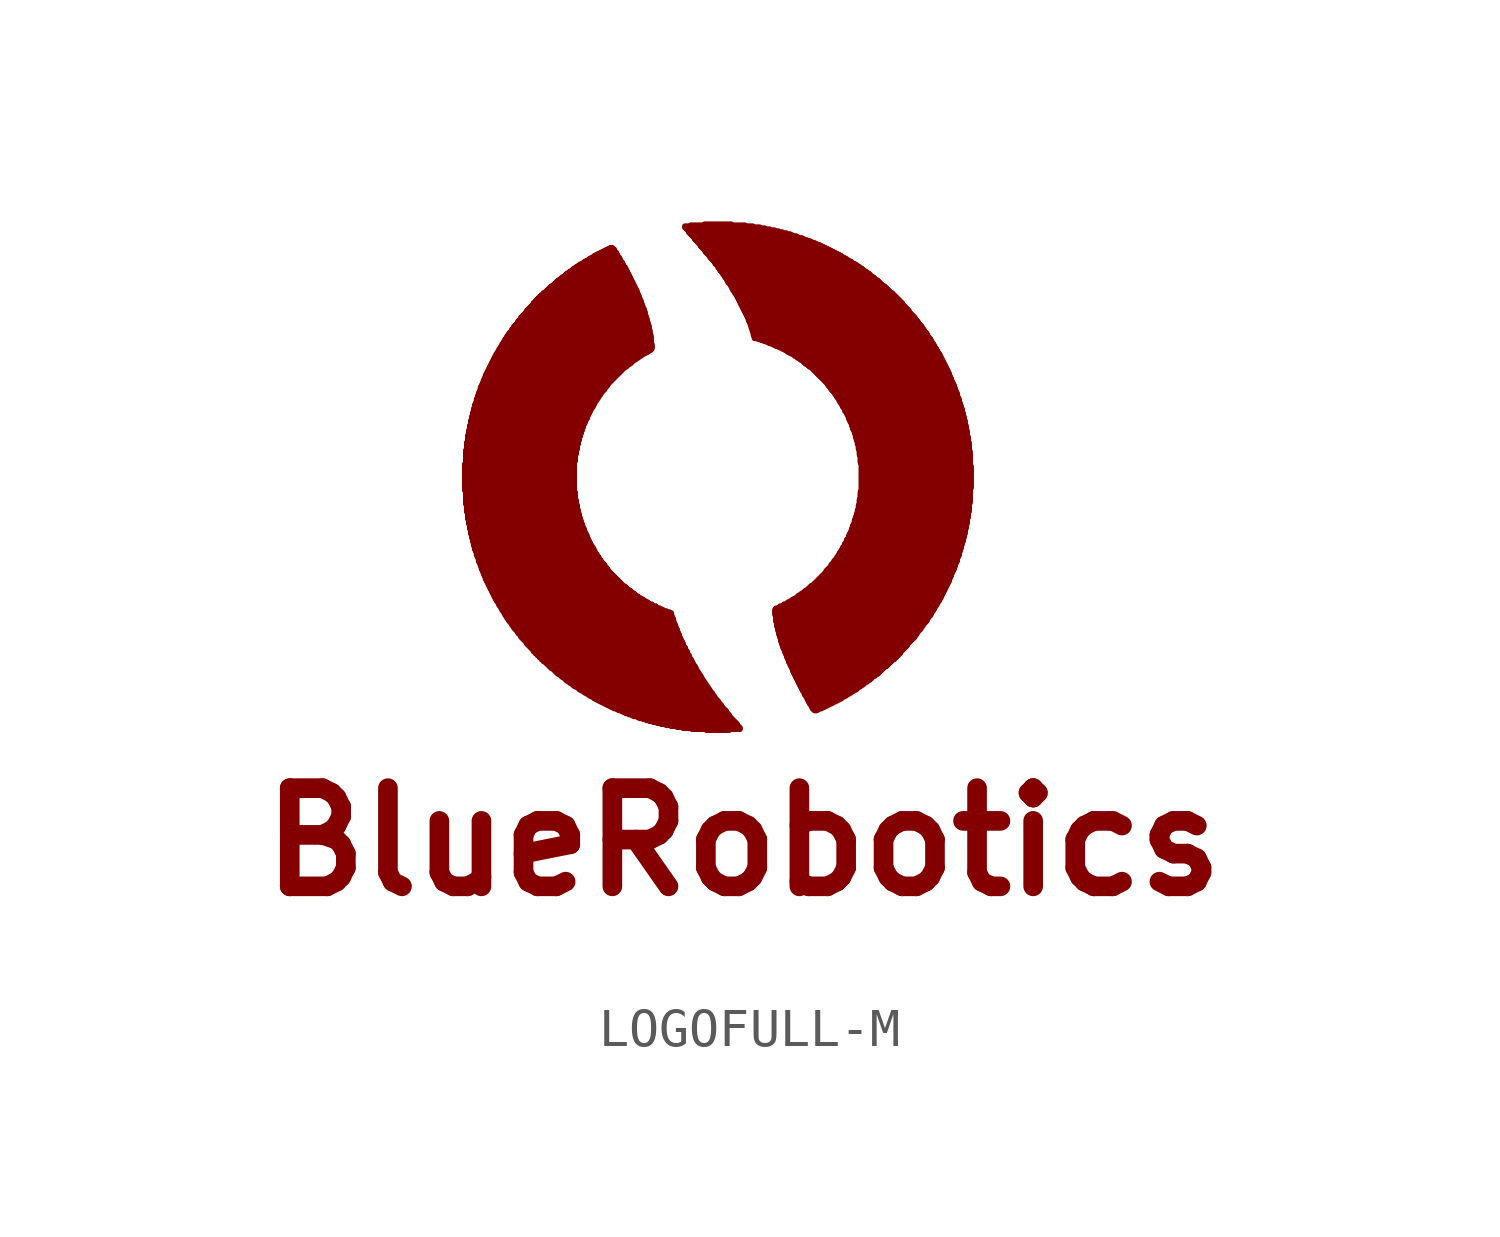
<source format=kicad_sym>
(kicad_symbol_lib
  (version 20231120)
  (generator "kicad_symbol_editor")
  (generator_version "8.0")
  (symbol "LOGOFULL-M"
    (property "Reference" ""
      (at 0 0 0)
      (effects (font (size 1.27 1.27)) (hide yes)))
    (property "ki_locked" ""
      (at 0 0 0)
      (effects (font (size 1.27 1.27))))
    (symbol "LOGOFULL-M_1_0"
      (rectangle (start -0.013 6.185) (end 2.807 6.21) (stroke (width 0) (type default)) (fill (type outline)))
      (rectangle (start -0.013 6.21) (end 2.807 6.236) (stroke (width 0) (type default)) (fill (type outline)))
      (rectangle (start -0.013 6.236) (end 2.807 6.261) (stroke (width 0) (type default)) (fill (type outline)))
      (rectangle (start -0.013 6.261) (end 2.807 6.287) (stroke (width 0) (type default)) (fill (type outline)))
      (rectangle (start -0.013 6.287) (end 2.807 6.312) (stroke (width 0) (type default)) (fill (type outline)))
      (rectangle (start -0.013 6.312) (end 2.807 6.337) (stroke (width 0) (type default)) (fill (type outline)))
      (rectangle (start -0.013 6.337) (end 2.807 6.363) (stroke (width 0) (type default)) (fill (type outline)))
      (rectangle (start -0.013 6.363) (end 2.807 6.388) (stroke (width 0) (type default)) (fill (type outline)))
      (rectangle (start -0.013 6.388) (end 2.807 6.413) (stroke (width 0) (type default)) (fill (type outline)))
      (rectangle (start -0.013 6.413) (end 2.807 6.439) (stroke (width 0) (type default)) (fill (type outline)))
      (rectangle (start -0.013 6.439) (end 2.807 6.464) (stroke (width 0) (type default)) (fill (type outline)))
      (rectangle (start -0.013 6.464) (end 2.807 6.49) (stroke (width 0) (type default)) (fill (type outline)))
      (rectangle (start -0.013 6.49) (end 2.807 6.515) (stroke (width 0) (type default)) (fill (type outline)))
      (rectangle (start -0.013 6.515) (end 2.807 6.54) (stroke (width 0) (type default)) (fill (type outline)))
      (rectangle (start -0.013 6.54) (end 2.807 6.566) (stroke (width 0) (type default)) (fill (type outline)))
      (rectangle (start -0.013 6.566) (end 2.807 6.591) (stroke (width 0) (type default)) (fill (type outline)))
      (rectangle (start -0.013 6.591) (end 2.807 6.617) (stroke (width 0) (type default)) (fill (type outline)))
      (rectangle (start -0.013 6.617) (end 2.807 6.642) (stroke (width 0) (type default)) (fill (type outline)))
      (rectangle (start -0.013 6.642) (end 2.807 6.668) (stroke (width 0) (type default)) (fill (type outline)))
      (rectangle (start -0.013 6.668) (end 2.807 6.693) (stroke (width 0) (type default)) (fill (type outline)))
      (rectangle (start -0.013 6.693) (end 2.807 6.718) (stroke (width 0) (type default)) (fill (type outline)))
      (rectangle (start -0.013 6.718) (end 2.807 6.744) (stroke (width 0) (type default)) (fill (type outline)))
      (rectangle (start -0.013 6.744) (end 2.807 6.769) (stroke (width 0) (type default)) (fill (type outline)))
      (rectangle (start -0.013 6.769) (end 2.807 6.795) (stroke (width 0) (type default)) (fill (type outline)))
      (rectangle (start -0.013 6.795) (end 2.807 6.82) (stroke (width 0) (type default)) (fill (type outline)))
      (rectangle (start -0.013 6.82) (end 2.807 6.845) (stroke (width 0) (type default)) (fill (type outline)))
      (rectangle (start -0.013 6.845) (end 2.807 6.871) (stroke (width 0) (type default)) (fill (type outline)))
      (rectangle (start 0.013 5.829) (end 2.857 5.855) (stroke (width 0) (type default)) (fill (type outline)))
      (rectangle (start 0.013 5.855) (end 2.857 5.88) (stroke (width 0) (type default)) (fill (type outline)))
      (rectangle (start 0.013 5.88) (end 2.857 5.905) (stroke (width 0) (type default)) (fill (type outline)))
      (rectangle (start 0.013 5.905) (end 2.857 5.931) (stroke (width 0) (type default)) (fill (type outline)))
      (rectangle (start 0.013 5.931) (end 2.832 5.956) (stroke (width 0) (type default)) (fill (type outline)))
      (rectangle (start 0.013 5.956) (end 2.832 5.982) (stroke (width 0) (type default)) (fill (type outline)))
      (rectangle (start 0.013 5.982) (end 2.832 6.007) (stroke (width 0) (type default)) (fill (type outline)))
      (rectangle (start 0.013 6.007) (end 2.832 6.032) (stroke (width 0) (type default)) (fill (type outline)))
      (rectangle (start 0.013 6.032) (end 2.832 6.058) (stroke (width 0) (type default)) (fill (type outline)))
      (rectangle (start 0.013 6.058) (end 2.832 6.083) (stroke (width 0) (type default)) (fill (type outline)))
      (rectangle (start 0.013 6.083) (end 2.832 6.109) (stroke (width 0) (type default)) (fill (type outline)))
      (rectangle (start 0.013 6.109) (end 2.832 6.134) (stroke (width 0) (type default)) (fill (type outline)))
      (rectangle (start 0.013 6.134) (end 2.807 6.16) (stroke (width 0) (type default)) (fill (type outline)))
      (rectangle (start 0.013 6.16) (end 2.807 6.185) (stroke (width 0) (type default)) (fill (type outline)))
      (rectangle (start 0.013 6.871) (end 2.807 6.896) (stroke (width 0) (type default)) (fill (type outline)))
      (rectangle (start 0.013 6.896) (end 2.807 6.921) (stroke (width 0) (type default)) (fill (type outline)))
      (rectangle (start 0.013 6.921) (end 2.807 6.947) (stroke (width 0) (type default)) (fill (type outline)))
      (rectangle (start 0.013 6.947) (end 2.832 6.972) (stroke (width 0) (type default)) (fill (type outline)))
      (rectangle (start 0.013 6.972) (end 2.832 6.998) (stroke (width 0) (type default)) (fill (type outline)))
      (rectangle (start 0.013 6.998) (end 2.832 7.023) (stroke (width 0) (type default)) (fill (type outline)))
      (rectangle (start 0.013 7.023) (end 2.832 7.048) (stroke (width 0) (type default)) (fill (type outline)))
      (rectangle (start 0.013 7.048) (end 2.832 7.074) (stroke (width 0) (type default)) (fill (type outline)))
      (rectangle (start 0.013 7.074) (end 2.832 7.099) (stroke (width 0) (type default)) (fill (type outline)))
      (rectangle (start 0.013 7.099) (end 2.832 7.125) (stroke (width 0) (type default)) (fill (type outline)))
      (rectangle (start 0.013 7.125) (end 2.857 7.15) (stroke (width 0) (type default)) (fill (type outline)))
      (rectangle (start 0.013 7.15) (end 2.857 7.176) (stroke (width 0) (type default)) (fill (type outline)))
      (rectangle (start 0.013 7.176) (end 2.857 7.201) (stroke (width 0) (type default)) (fill (type outline)))
      (rectangle (start 0.013 7.201) (end 2.857 7.226) (stroke (width 0) (type default)) (fill (type outline)))
      (rectangle (start 0.038 5.626) (end 2.908 5.652) (stroke (width 0) (type default)) (fill (type outline)))
      (rectangle (start 0.038 5.652) (end 2.908 5.677) (stroke (width 0) (type default)) (fill (type outline)))
      (rectangle (start 0.038 5.677) (end 2.883 5.702) (stroke (width 0) (type default)) (fill (type outline)))
      (rectangle (start 0.038 5.702) (end 2.883 5.728) (stroke (width 0) (type default)) (fill (type outline)))
      (rectangle (start 0.038 5.728) (end 2.883 5.753) (stroke (width 0) (type default)) (fill (type outline)))
      (rectangle (start 0.038 5.753) (end 2.883 5.779) (stroke (width 0) (type default)) (fill (type outline)))
      (rectangle (start 0.038 5.779) (end 2.883 5.804) (stroke (width 0) (type default)) (fill (type outline)))
      (rectangle (start 0.038 5.804) (end 2.857 5.829) (stroke (width 0) (type default)) (fill (type outline)))
      (rectangle (start 0.038 7.226) (end 2.857 7.252) (stroke (width 0) (type default)) (fill (type outline)))
      (rectangle (start 0.038 7.252) (end 2.883 7.277) (stroke (width 0) (type default)) (fill (type outline)))
      (rectangle (start 0.038 7.277) (end 2.883 7.303) (stroke (width 0) (type default)) (fill (type outline)))
      (rectangle (start 0.038 7.303) (end 2.883 7.328) (stroke (width 0) (type default)) (fill (type outline)))
      (rectangle (start 0.038 7.328) (end 2.883 7.353) (stroke (width 0) (type default)) (fill (type outline)))
      (rectangle (start 0.038 7.353) (end 2.883 7.379) (stroke (width 0) (type default)) (fill (type outline)))
      (rectangle (start 0.038 7.379) (end 2.908 7.404) (stroke (width 0) (type default)) (fill (type outline)))
      (rectangle (start 0.038 7.404) (end 2.908 7.429) (stroke (width 0) (type default)) (fill (type outline)))
      (rectangle (start 0.064 5.448) (end 2.959 5.474) (stroke (width 0) (type default)) (fill (type outline)))
      (rectangle (start 0.064 5.474) (end 2.934 5.499) (stroke (width 0) (type default)) (fill (type outline)))
      (rectangle (start 0.064 5.499) (end 2.934 5.524) (stroke (width 0) (type default)) (fill (type outline)))
      (rectangle (start 0.064 5.524) (end 2.934 5.55) (stroke (width 0) (type default)) (fill (type outline)))
      (rectangle (start 0.064 5.55) (end 2.934 5.575) (stroke (width 0) (type default)) (fill (type outline)))
      (rectangle (start 0.064 5.575) (end 2.908 5.601) (stroke (width 0) (type default)) (fill (type outline)))
      (rectangle (start 0.064 5.601) (end 2.908 5.626) (stroke (width 0) (type default)) (fill (type outline)))
      (rectangle (start 0.064 7.429) (end 2.908 7.455) (stroke (width 0) (type default)) (fill (type outline)))
      (rectangle (start 0.064 7.455) (end 2.908 7.48) (stroke (width 0) (type default)) (fill (type outline)))
      (rectangle (start 0.064 7.48) (end 2.934 7.506) (stroke (width 0) (type default)) (fill (type outline)))
      (rectangle (start 0.064 7.506) (end 2.934 7.531) (stroke (width 0) (type default)) (fill (type outline)))
      (rectangle (start 0.064 7.531) (end 2.934 7.556) (stroke (width 0) (type default)) (fill (type outline)))
      (rectangle (start 0.064 7.556) (end 2.934 7.582) (stroke (width 0) (type default)) (fill (type outline)))
      (rectangle (start 0.064 7.582) (end 2.959 7.607) (stroke (width 0) (type default)) (fill (type outline)))
      (rectangle (start 0.089 5.321) (end 2.985 5.347) (stroke (width 0) (type default)) (fill (type outline)))
      (rectangle (start 0.089 5.347) (end 2.985 5.372) (stroke (width 0) (type default)) (fill (type outline)))
      (rectangle (start 0.089 5.372) (end 2.985 5.397) (stroke (width 0) (type default)) (fill (type outline)))
      (rectangle (start 0.089 5.397) (end 2.959 5.423) (stroke (width 0) (type default)) (fill (type outline)))
      (rectangle (start 0.089 5.423) (end 2.959 5.448) (stroke (width 0) (type default)) (fill (type outline)))
      (rectangle (start 0.089 7.607) (end 2.959 7.633) (stroke (width 0) (type default)) (fill (type outline)))
      (rectangle (start 0.089 7.633) (end 2.959 7.658) (stroke (width 0) (type default)) (fill (type outline)))
      (rectangle (start 0.089 7.658) (end 2.985 7.684) (stroke (width 0) (type default)) (fill (type outline)))
      (rectangle (start 0.089 7.684) (end 2.985 7.709) (stroke (width 0) (type default)) (fill (type outline)))
      (rectangle (start 0.089 7.709) (end 2.985 7.734) (stroke (width 0) (type default)) (fill (type outline)))
      (rectangle (start 0.114 5.194) (end 3.035 5.22) (stroke (width 0) (type default)) (fill (type outline)))
      (rectangle (start 0.114 5.22) (end 3.035 5.245) (stroke (width 0) (type default)) (fill (type outline)))
      (rectangle (start 0.114 5.245) (end 3.01 5.271) (stroke (width 0) (type default)) (fill (type outline)))
      (rectangle (start 0.114 5.271) (end 3.01 5.296) (stroke (width 0) (type default)) (fill (type outline)))
      (rectangle (start 0.114 5.296) (end 3.01 5.321) (stroke (width 0) (type default)) (fill (type outline)))
      (rectangle (start 0.114 7.734) (end 3.01 7.76) (stroke (width 0) (type default)) (fill (type outline)))
      (rectangle (start 0.114 7.76) (end 3.01 7.785) (stroke (width 0) (type default)) (fill (type outline)))
      (rectangle (start 0.114 7.785) (end 3.01 7.811) (stroke (width 0) (type default)) (fill (type outline)))
      (rectangle (start 0.114 7.811) (end 3.035 7.836) (stroke (width 0) (type default)) (fill (type outline)))
      (rectangle (start 0.114 7.836) (end 3.035 7.861) (stroke (width 0) (type default)) (fill (type outline)))
      (rectangle (start 0.14 5.067) (end 3.086 5.093) (stroke (width 0) (type default)) (fill (type outline)))
      (rectangle (start 0.14 5.093) (end 3.086 5.118) (stroke (width 0) (type default)) (fill (type outline)))
      (rectangle (start 0.14 5.118) (end 3.061 5.144) (stroke (width 0) (type default)) (fill (type outline)))
      (rectangle (start 0.14 5.144) (end 3.061 5.169) (stroke (width 0) (type default)) (fill (type outline)))
      (rectangle (start 0.14 5.169) (end 3.061 5.194) (stroke (width 0) (type default)) (fill (type outline)))
      (rectangle (start 0.14 7.861) (end 3.035 7.887) (stroke (width 0) (type default)) (fill (type outline)))
      (rectangle (start 0.14 7.887) (end 3.061 7.912) (stroke (width 0) (type default)) (fill (type outline)))
      (rectangle (start 0.14 7.912) (end 3.061 7.938) (stroke (width 0) (type default)) (fill (type outline)))
      (rectangle (start 0.14 7.938) (end 3.086 7.963) (stroke (width 0) (type default)) (fill (type outline)))
      (rectangle (start 0.14 7.963) (end 3.086 7.988) (stroke (width 0) (type default)) (fill (type outline)))
      (rectangle (start 0.165 4.966) (end 3.137 4.991) (stroke (width 0) (type default)) (fill (type outline)))
      (rectangle (start 0.165 4.991) (end 3.137 5.016) (stroke (width 0) (type default)) (fill (type outline)))
      (rectangle (start 0.165 5.016) (end 3.111 5.042) (stroke (width 0) (type default)) (fill (type outline)))
      (rectangle (start 0.165 5.042) (end 3.111 5.067) (stroke (width 0) (type default)) (fill (type outline)))
      (rectangle (start 0.165 7.988) (end 3.086 8.014) (stroke (width 0) (type default)) (fill (type outline)))
      (rectangle (start 0.165 8.014) (end 3.111 8.039) (stroke (width 0) (type default)) (fill (type outline)))
      (rectangle (start 0.165 8.039) (end 3.137 8.065) (stroke (width 0) (type default)) (fill (type outline)))
      (rectangle (start 0.165 8.065) (end 3.137 8.09) (stroke (width 0) (type default)) (fill (type outline)))
      (rectangle (start 0.191 4.864) (end 3.188 4.889) (stroke (width 0) (type default)) (fill (type outline)))
      (rectangle (start 0.191 4.889) (end 3.162 4.915) (stroke (width 0) (type default)) (fill (type outline)))
      (rectangle (start 0.191 4.915) (end 3.162 4.94) (stroke (width 0) (type default)) (fill (type outline)))
      (rectangle (start 0.191 4.94) (end 3.137 4.966) (stroke (width 0) (type default)) (fill (type outline)))
      (rectangle (start 0.191 8.09) (end 3.137 8.115) (stroke (width 0) (type default)) (fill (type outline)))
      (rectangle (start 0.191 8.115) (end 3.162 8.141) (stroke (width 0) (type default)) (fill (type outline)))
      (rectangle (start 0.191 8.141) (end 3.162 8.166) (stroke (width 0) (type default)) (fill (type outline)))
      (rectangle (start 0.191 8.166) (end 3.188 8.191) (stroke (width 0) (type default)) (fill (type outline)))
      (rectangle (start 0.216 4.763) (end 3.239 4.788) (stroke (width 0) (type default)) (fill (type outline)))
      (rectangle (start 0.216 4.788) (end 3.213 4.813) (stroke (width 0) (type default)) (fill (type outline)))
      (rectangle (start 0.216 4.813) (end 3.213 4.839) (stroke (width 0) (type default)) (fill (type outline)))
      (rectangle (start 0.216 4.839) (end 3.188 4.864) (stroke (width 0) (type default)) (fill (type outline)))
      (rectangle (start 0.216 8.191) (end 3.188 8.217) (stroke (width 0) (type default)) (fill (type outline)))
      (rectangle (start 0.216 8.217) (end 3.213 8.242) (stroke (width 0) (type default)) (fill (type outline)))
      (rectangle (start 0.216 8.242) (end 3.213 8.268) (stroke (width 0) (type default)) (fill (type outline)))
      (rectangle (start 0.216 8.268) (end 3.239 8.293) (stroke (width 0) (type default)) (fill (type outline)))
      (rectangle (start 0.241 4.661) (end 3.289 4.686) (stroke (width 0) (type default)) (fill (type outline)))
      (rectangle (start 0.241 4.686) (end 3.289 4.712) (stroke (width 0) (type default)) (fill (type outline)))
      (rectangle (start 0.241 4.712) (end 3.264 4.737) (stroke (width 0) (type default)) (fill (type outline)))
      (rectangle (start 0.241 4.737) (end 3.239 4.763) (stroke (width 0) (type default)) (fill (type outline)))
      (rectangle (start 0.241 8.293) (end 3.239 8.319) (stroke (width 0) (type default)) (fill (type outline)))
      (rectangle (start 0.241 8.319) (end 3.264 8.344) (stroke (width 0) (type default)) (fill (type outline)))
      (rectangle (start 0.241 8.344) (end 3.289 8.369) (stroke (width 0) (type default)) (fill (type outline)))
      (rectangle (start 0.241 8.369) (end 3.289 8.395) (stroke (width 0) (type default)) (fill (type outline)))
      (rectangle (start 0.267 4.61) (end 3.315 4.636) (stroke (width 0) (type default)) (fill (type outline)))
      (rectangle (start 0.267 4.636) (end 3.315 4.661) (stroke (width 0) (type default)) (fill (type outline)))
      (rectangle (start 0.267 8.395) (end 3.315 8.42) (stroke (width 0) (type default)) (fill (type outline)))
      (rectangle (start 0.267 8.42) (end 3.315 8.445) (stroke (width 0) (type default)) (fill (type outline)))
      (rectangle (start 0.292 4.508) (end 3.391 4.534) (stroke (width 0) (type default)) (fill (type outline)))
      (rectangle (start 0.292 4.534) (end 3.365 4.559) (stroke (width 0) (type default)) (fill (type outline)))
      (rectangle (start 0.292 4.559) (end 3.34 4.585) (stroke (width 0) (type default)) (fill (type outline)))
      (rectangle (start 0.292 4.585) (end 3.34 4.61) (stroke (width 0) (type default)) (fill (type outline)))
      (rectangle (start 0.292 8.445) (end 3.34 8.471) (stroke (width 0) (type default)) (fill (type outline)))
      (rectangle (start 0.292 8.471) (end 3.34 8.496) (stroke (width 0) (type default)) (fill (type outline)))
      (rectangle (start 0.292 8.496) (end 3.365 8.522) (stroke (width 0) (type default)) (fill (type outline)))
      (rectangle (start 0.292 8.522) (end 3.391 8.547) (stroke (width 0) (type default)) (fill (type outline)))
      (rectangle (start 0.318 4.458) (end 3.416 4.483) (stroke (width 0) (type default)) (fill (type outline)))
      (rectangle (start 0.318 4.483) (end 3.391 4.508) (stroke (width 0) (type default)) (fill (type outline)))
      (rectangle (start 0.318 8.547) (end 3.391 8.572) (stroke (width 0) (type default)) (fill (type outline)))
      (rectangle (start 0.318 8.572) (end 3.416 8.598) (stroke (width 0) (type default)) (fill (type outline)))
      (rectangle (start 0.318 8.598) (end 3.442 8.623) (stroke (width 0) (type default)) (fill (type outline)))
      (rectangle (start 0.343 4.356) (end 3.493 4.381) (stroke (width 0) (type default)) (fill (type outline)))
      (rectangle (start 0.343 4.381) (end 3.467 4.407) (stroke (width 0) (type default)) (fill (type outline)))
      (rectangle (start 0.343 4.407) (end 3.442 4.432) (stroke (width 0) (type default)) (fill (type outline)))
      (rectangle (start 0.343 4.432) (end 3.442 4.458) (stroke (width 0) (type default)) (fill (type outline)))
      (rectangle (start 0.343 8.623) (end 3.442 8.649) (stroke (width 0) (type default)) (fill (type outline)))
      (rectangle (start 0.343 8.649) (end 3.467 8.674) (stroke (width 0) (type default)) (fill (type outline)))
      (rectangle (start 0.343 8.674) (end 3.493 8.7) (stroke (width 0) (type default)) (fill (type outline)))
      (rectangle (start 0.368 4.305) (end 3.518 4.331) (stroke (width 0) (type default)) (fill (type outline)))
      (rectangle (start 0.368 4.331) (end 3.493 4.356) (stroke (width 0) (type default)) (fill (type outline)))
      (rectangle (start 0.368 8.7) (end 3.493 8.725) (stroke (width 0) (type default)) (fill (type outline)))
      (rectangle (start 0.368 8.725) (end 3.518 8.75) (stroke (width 0) (type default)) (fill (type outline)))
      (rectangle (start 0.394 4.229) (end 3.594 4.255) (stroke (width 0) (type default)) (fill (type outline)))
      (rectangle (start 0.394 4.255) (end 3.569 4.28) (stroke (width 0) (type default)) (fill (type outline)))
      (rectangle (start 0.394 4.28) (end 3.543 4.305) (stroke (width 0) (type default)) (fill (type outline)))
      (rectangle (start 0.394 8.75) (end 3.543 8.776) (stroke (width 0) (type default)) (fill (type outline)))
      (rectangle (start 0.394 8.776) (end 3.569 8.801) (stroke (width 0) (type default)) (fill (type outline)))
      (rectangle (start 0.394 8.801) (end 3.594 8.826) (stroke (width 0) (type default)) (fill (type outline)))
      (rectangle (start 0.394 8.826) (end 3.594 8.852) (stroke (width 0) (type default)) (fill (type outline)))
      (rectangle (start 0.419 4.153) (end 3.645 4.178) (stroke (width 0) (type default)) (fill (type outline)))
      (rectangle (start 0.419 4.178) (end 3.619 4.204) (stroke (width 0) (type default)) (fill (type outline)))
      (rectangle (start 0.419 4.204) (end 3.594 4.229) (stroke (width 0) (type default)) (fill (type outline)))
      (rectangle (start 0.419 8.852) (end 3.619 8.877) (stroke (width 0) (type default)) (fill (type outline)))
      (rectangle (start 0.419 8.877) (end 3.645 8.903) (stroke (width 0) (type default)) (fill (type outline)))
      (rectangle (start 0.445 4.102) (end 3.67 4.128) (stroke (width 0) (type default)) (fill (type outline)))
      (rectangle (start 0.445 4.128) (end 3.67 4.153) (stroke (width 0) (type default)) (fill (type outline)))
      (rectangle (start 0.445 8.903) (end 3.67 8.928) (stroke (width 0) (type default)) (fill (type outline)))
      (rectangle (start 0.445 8.928) (end 3.67 8.954) (stroke (width 0) (type default)) (fill (type outline)))
      (rectangle (start 0.47 4.026) (end 3.747 4.051) (stroke (width 0) (type default)) (fill (type outline)))
      (rectangle (start 0.47 4.051) (end 3.721 4.077) (stroke (width 0) (type default)) (fill (type outline)))
      (rectangle (start 0.47 4.077) (end 3.696 4.102) (stroke (width 0) (type default)) (fill (type outline)))
      (rectangle (start 0.47 8.954) (end 3.696 8.979) (stroke (width 0) (type default)) (fill (type outline)))
      (rectangle (start 0.47 8.979) (end 3.721 9.004) (stroke (width 0) (type default)) (fill (type outline)))
      (rectangle (start 0.47 9.004) (end 3.747 9.03) (stroke (width 0) (type default)) (fill (type outline)))
      (rectangle (start 0.495 3.975) (end 3.797 4) (stroke (width 0) (type default)) (fill (type outline)))
      (rectangle (start 0.495 4) (end 3.772 4.026) (stroke (width 0) (type default)) (fill (type outline)))
      (rectangle (start 0.495 9.03) (end 3.772 9.055) (stroke (width 0) (type default)) (fill (type outline)))
      (rectangle (start 0.495 9.055) (end 3.797 9.081) (stroke (width 0) (type default)) (fill (type outline)))
      (rectangle (start 0.521 3.899) (end 3.873 3.924) (stroke (width 0) (type default)) (fill (type outline)))
      (rectangle (start 0.521 3.924) (end 3.848 3.95) (stroke (width 0) (type default)) (fill (type outline)))
      (rectangle (start 0.521 3.95) (end 3.823 3.975) (stroke (width 0) (type default)) (fill (type outline)))
      (rectangle (start 0.521 9.081) (end 3.823 9.106) (stroke (width 0) (type default)) (fill (type outline)))
      (rectangle (start 0.521 9.106) (end 3.848 9.131) (stroke (width 0) (type default)) (fill (type outline)))
      (rectangle (start 0.521 9.131) (end 3.873 9.157) (stroke (width 0) (type default)) (fill (type outline)))
      (rectangle (start 0.546 3.848) (end 3.924 3.873) (stroke (width 0) (type default)) (fill (type outline)))
      (rectangle (start 0.546 3.873) (end 3.899 3.899) (stroke (width 0) (type default)) (fill (type outline)))
      (rectangle (start 0.546 9.157) (end 3.899 9.182) (stroke (width 0) (type default)) (fill (type outline)))
      (rectangle (start 0.546 9.182) (end 3.924 9.207) (stroke (width 0) (type default)) (fill (type outline)))
      (rectangle (start 0.572 3.797) (end 3.975 3.823) (stroke (width 0) (type default)) (fill (type outline)))
      (rectangle (start 0.572 3.823) (end 3.95 3.848) (stroke (width 0) (type default)) (fill (type outline)))
      (rectangle (start 0.572 9.207) (end 3.95 9.233) (stroke (width 0) (type default)) (fill (type outline)))
      (rectangle (start 0.572 9.233) (end 3.975 9.258) (stroke (width 0) (type default)) (fill (type outline)))
      (rectangle (start 0.597 3.747) (end 4.026 3.772) (stroke (width 0) (type default)) (fill (type outline)))
      (rectangle (start 0.597 3.772) (end 4 3.797) (stroke (width 0) (type default)) (fill (type outline)))
      (rectangle (start 0.597 9.258) (end 4 9.284) (stroke (width 0) (type default)) (fill (type outline)))
      (rectangle (start 0.597 9.284) (end 4.026 9.309) (stroke (width 0) (type default)) (fill (type outline)))
      (rectangle (start 0.622 3.696) (end 4.077 3.721) (stroke (width 0) (type default)) (fill (type outline)))
      (rectangle (start 0.622 3.721) (end 4.051 3.747) (stroke (width 0) (type default)) (fill (type outline)))
      (rectangle (start 0.622 9.309) (end 4.051 9.335) (stroke (width 0) (type default)) (fill (type outline)))
      (rectangle (start 0.622 9.335) (end 4.077 9.36) (stroke (width 0) (type default)) (fill (type outline)))
      (rectangle (start 0.648 3.645) (end 4.153 3.67) (stroke (width 0) (type default)) (fill (type outline)))
      (rectangle (start 0.648 3.67) (end 4.128 3.696) (stroke (width 0) (type default)) (fill (type outline)))
      (rectangle (start 0.648 9.36) (end 4.102 9.385) (stroke (width 0) (type default)) (fill (type outline)))
      (rectangle (start 0.648 9.385) (end 4.153 9.411) (stroke (width 0) (type default)) (fill (type outline)))
      (rectangle (start 0.673 3.594) (end 4.204 3.619) (stroke (width 0) (type default)) (fill (type outline)))
      (rectangle (start 0.673 3.619) (end 4.178 3.645) (stroke (width 0) (type default)) (fill (type outline)))
      (rectangle (start 0.673 9.411) (end 4.178 9.436) (stroke (width 0) (type default)) (fill (type outline)))
      (rectangle (start 0.673 9.436) (end 4.204 9.461) (stroke (width 0) (type default)) (fill (type outline)))
      (rectangle (start 0.699 3.543) (end 4.28 3.569) (stroke (width 0) (type default)) (fill (type outline)))
      (rectangle (start 0.699 3.569) (end 4.255 3.594) (stroke (width 0) (type default)) (fill (type outline)))
      (rectangle (start 0.699 9.461) (end 4.255 9.487) (stroke (width 0) (type default)) (fill (type outline)))
      (rectangle (start 0.699 9.487) (end 4.28 9.512) (stroke (width 0) (type default)) (fill (type outline)))
      (rectangle (start 0.724 3.493) (end 4.356 3.518) (stroke (width 0) (type default)) (fill (type outline)))
      (rectangle (start 0.724 3.518) (end 4.305 3.543) (stroke (width 0) (type default)) (fill (type outline)))
      (rectangle (start 0.724 9.512) (end 4.305 9.538) (stroke (width 0) (type default)) (fill (type outline)))
      (rectangle (start 0.724 9.538) (end 4.331 9.563) (stroke (width 0) (type default)) (fill (type outline)))
      (rectangle (start 0.749 3.442) (end 4.407 3.467) (stroke (width 0) (type default)) (fill (type outline)))
      (rectangle (start 0.749 3.467) (end 4.381 3.493) (stroke (width 0) (type default)) (fill (type outline)))
      (rectangle (start 0.749 9.563) (end 4.381 9.588) (stroke (width 0) (type default)) (fill (type outline)))
      (rectangle (start 0.749 9.588) (end 4.407 9.614) (stroke (width 0) (type default)) (fill (type outline)))
      (rectangle (start 0.775 3.391) (end 4.483 3.416) (stroke (width 0) (type default)) (fill (type outline)))
      (rectangle (start 0.775 3.416) (end 4.458 3.442) (stroke (width 0) (type default)) (fill (type outline)))
      (rectangle (start 0.775 9.614) (end 4.458 9.639) (stroke (width 0) (type default)) (fill (type outline)))
      (rectangle (start 0.775 9.639) (end 4.483 9.665) (stroke (width 0) (type default)) (fill (type outline)))
      (rectangle (start 0.8 3.34) (end 4.585 3.365) (stroke (width 0) (type default)) (fill (type outline)))
      (rectangle (start 0.8 3.365) (end 4.534 3.391) (stroke (width 0) (type default)) (fill (type outline)))
      (rectangle (start 0.8 9.665) (end 4.534 9.69) (stroke (width 0) (type default)) (fill (type outline)))
      (rectangle (start 0.8 9.69) (end 4.559 9.716) (stroke (width 0) (type default)) (fill (type outline)))
      (rectangle (start 0.826 3.315) (end 4.61 3.34) (stroke (width 0) (type default)) (fill (type outline)))
      (rectangle (start 0.826 9.716) (end 4.61 9.741) (stroke (width 0) (type default)) (fill (type outline)))
      (rectangle (start 0.851 3.264) (end 4.712 3.289) (stroke (width 0) (type default)) (fill (type outline)))
      (rectangle (start 0.851 3.289) (end 4.661 3.315) (stroke (width 0) (type default)) (fill (type outline)))
      (rectangle (start 0.851 9.741) (end 4.661 9.766) (stroke (width 0) (type default)) (fill (type outline)))
      (rectangle (start 0.851 9.766) (end 4.712 9.792) (stroke (width 0) (type default)) (fill (type outline)))
      (rectangle (start 0.876 3.213) (end 4.813 3.239) (stroke (width 0) (type default)) (fill (type outline)))
      (rectangle (start 0.876 3.239) (end 4.737 3.264) (stroke (width 0) (type default)) (fill (type outline)))
      (rectangle (start 0.876 9.792) (end 4.737 9.817) (stroke (width 0) (type default)) (fill (type outline)))
      (rectangle (start 0.876 9.817) (end 4.788 9.842) (stroke (width 0) (type default)) (fill (type outline)))
      (rectangle (start 0.902 3.188) (end 4.839 3.213) (stroke (width 0) (type default)) (fill (type outline)))
      (rectangle (start 0.902 9.842) (end 4.813 9.868) (stroke (width 0) (type default)) (fill (type outline)))
      (rectangle (start 0.927 3.137) (end 4.94 3.162) (stroke (width 0) (type default)) (fill (type outline)))
      (rectangle (start 0.927 3.162) (end 4.915 3.188) (stroke (width 0) (type default)) (fill (type outline)))
      (rectangle (start 0.927 9.868) (end 4.813 9.893) (stroke (width 0) (type default)) (fill (type outline)))
      (rectangle (start 0.927 9.893) (end 4.813 9.919) (stroke (width 0) (type default)) (fill (type outline)))
      (rectangle (start 0.953 3.086) (end 5.067 3.111) (stroke (width 0) (type default)) (fill (type outline)))
      (rectangle (start 0.953 3.111) (end 5.016 3.137) (stroke (width 0) (type default)) (fill (type outline)))
      (rectangle (start 0.953 9.919) (end 4.813 9.944) (stroke (width 0) (type default)) (fill (type outline)))
      (rectangle (start 0.953 9.944) (end 4.813 9.97) (stroke (width 0) (type default)) (fill (type outline)))
      (rectangle (start 0.978 3.061) (end 5.118 3.086) (stroke (width 0) (type default)) (fill (type outline)))
      (rectangle (start 0.978 9.97) (end 4.788 9.995) (stroke (width 0) (type default)) (fill (type outline)))
      (rectangle (start 1.003 3.01) (end 5.271 3.035) (stroke (width 0) (type default)) (fill (type outline)))
      (rectangle (start 1.003 3.035) (end 5.194 3.061) (stroke (width 0) (type default)) (fill (type outline)))
      (rectangle (start 1.003 9.995) (end 4.788 10.02) (stroke (width 0) (type default)) (fill (type outline)))
      (rectangle (start 1.003 10.02) (end 4.788 10.046) (stroke (width 0) (type default)) (fill (type outline)))
      (rectangle (start 1.029 2.959) (end 5.321 2.985) (stroke (width 0) (type default)) (fill (type outline)))
      (rectangle (start 1.029 2.985) (end 5.321 3.01) (stroke (width 0) (type default)) (fill (type outline)))
      (rectangle (start 1.029 10.046) (end 4.788 10.071) (stroke (width 0) (type default)) (fill (type outline)))
      (rectangle (start 1.029 10.071) (end 4.788 10.097) (stroke (width 0) (type default)) (fill (type outline)))
      (rectangle (start 1.054 2.934) (end 5.321 2.959) (stroke (width 0) (type default)) (fill (type outline)))
      (rectangle (start 1.054 10.097) (end 4.788 10.122) (stroke (width 0) (type default)) (fill (type outline)))
      (rectangle (start 1.079 2.883) (end 5.347 2.908) (stroke (width 0) (type default)) (fill (type outline)))
      (rectangle (start 1.079 2.908) (end 5.321 2.934) (stroke (width 0) (type default)) (fill (type outline)))
      (rectangle (start 1.079 10.122) (end 4.788 10.147) (stroke (width 0) (type default)) (fill (type outline)))
      (rectangle (start 1.079 10.147) (end 4.788 10.173) (stroke (width 0) (type default)) (fill (type outline)))
      (rectangle (start 1.105 2.857) (end 5.347 2.883) (stroke (width 0) (type default)) (fill (type outline)))
      (rectangle (start 1.105 10.173) (end 4.788 10.198) (stroke (width 0) (type default)) (fill (type outline)))
      (rectangle (start 1.13 2.807) (end 5.372 2.832) (stroke (width 0) (type default)) (fill (type outline)))
      (rectangle (start 1.13 2.832) (end 5.372 2.857) (stroke (width 0) (type default)) (fill (type outline)))
      (rectangle (start 1.13 10.198) (end 4.763 10.223) (stroke (width 0) (type default)) (fill (type outline)))
      (rectangle (start 1.13 10.223) (end 4.763 10.249) (stroke (width 0) (type default)) (fill (type outline)))
      (rectangle (start 1.156 2.781) (end 5.372 2.807) (stroke (width 0) (type default)) (fill (type outline)))
      (rectangle (start 1.156 10.249) (end 4.763 10.274) (stroke (width 0) (type default)) (fill (type outline)))
      (rectangle (start 1.181 2.756) (end 5.372 2.781) (stroke (width 0) (type default)) (fill (type outline)))
      (rectangle (start 1.181 10.274) (end 4.763 10.3) (stroke (width 0) (type default)) (fill (type outline)))
      (rectangle (start 1.206 2.705) (end 5.397 2.731) (stroke (width 0) (type default)) (fill (type outline)))
      (rectangle (start 1.206 2.731) (end 5.397 2.756) (stroke (width 0) (type default)) (fill (type outline)))
      (rectangle (start 1.206 10.3) (end 4.763 10.325) (stroke (width 0) (type default)) (fill (type outline)))
      (rectangle (start 1.206 10.325) (end 4.737 10.351) (stroke (width 0) (type default)) (fill (type outline)))
      (rectangle (start 1.232 2.68) (end 5.423 2.705) (stroke (width 0) (type default)) (fill (type outline)))
      (rectangle (start 1.232 10.351) (end 4.737 10.376) (stroke (width 0) (type default)) (fill (type outline)))
      (rectangle (start 1.257 2.629) (end 5.423 2.654) (stroke (width 0) (type default)) (fill (type outline)))
      (rectangle (start 1.257 2.654) (end 5.423 2.68) (stroke (width 0) (type default)) (fill (type outline)))
      (rectangle (start 1.257 10.376) (end 4.737 10.401) (stroke (width 0) (type default)) (fill (type outline)))
      (rectangle (start 1.257 10.401) (end 4.737 10.427) (stroke (width 0) (type default)) (fill (type outline)))
      (rectangle (start 1.283 2.603) (end 5.448 2.629) (stroke (width 0) (type default)) (fill (type outline)))
      (rectangle (start 1.283 10.427) (end 4.737 10.452) (stroke (width 0) (type default)) (fill (type outline)))
      (rectangle (start 1.308 2.578) (end 5.448 2.603) (stroke (width 0) (type default)) (fill (type outline)))
      (rectangle (start 1.308 10.452) (end 4.712 10.477) (stroke (width 0) (type default)) (fill (type outline)))
      (rectangle (start 1.333 2.553) (end 5.474 2.578) (stroke (width 0) (type default)) (fill (type outline)))
      (rectangle (start 1.333 10.477) (end 4.712 10.503) (stroke (width 0) (type default)) (fill (type outline)))
      (rectangle (start 1.359 2.502) (end 5.474 2.527) (stroke (width 0) (type default)) (fill (type outline)))
      (rectangle (start 1.359 2.527) (end 5.474 2.553) (stroke (width 0) (type default)) (fill (type outline)))
      (rectangle (start 1.359 10.503) (end 4.712 10.528) (stroke (width 0) (type default)) (fill (type outline)))
      (rectangle (start 1.359 10.528) (end 4.686 10.554) (stroke (width 0) (type default)) (fill (type outline)))
      (rectangle (start 1.384 2.477) (end 5.499 2.502) (stroke (width 0) (type default)) (fill (type outline)))
      (rectangle (start 1.384 10.554) (end 4.686 10.579) (stroke (width 0) (type default)) (fill (type outline)))
      (rectangle (start 1.41 2.451) (end 5.499 2.477) (stroke (width 0) (type default)) (fill (type outline)))
      (rectangle (start 1.41 10.579) (end 4.686 10.604) (stroke (width 0) (type default)) (fill (type outline)))
      (rectangle (start 1.435 2.4) (end 5.524 2.426) (stroke (width 0) (type default)) (fill (type outline)))
      (rectangle (start 1.435 2.426) (end 5.524 2.451) (stroke (width 0) (type default)) (fill (type outline)))
      (rectangle (start 1.435 10.604) (end 4.686 10.63) (stroke (width 0) (type default)) (fill (type outline)))
      (rectangle (start 1.435 10.63) (end 4.661 10.655) (stroke (width 0) (type default)) (fill (type outline)))
      (rectangle (start 1.46 2.375) (end 5.524 2.4) (stroke (width 0) (type default)) (fill (type outline)))
      (rectangle (start 1.46 10.655) (end 4.661 10.681) (stroke (width 0) (type default)) (fill (type outline)))
      (rectangle (start 1.486 2.349) (end 5.55 2.375) (stroke (width 0) (type default)) (fill (type outline)))
      (rectangle (start 1.486 10.681) (end 4.661 10.706) (stroke (width 0) (type default)) (fill (type outline)))
      (rectangle (start 1.511 2.324) (end 5.55 2.349) (stroke (width 0) (type default)) (fill (type outline)))
      (rectangle (start 1.511 10.706) (end 4.636 10.732) (stroke (width 0) (type default)) (fill (type outline)))
      (rectangle (start 1.537 2.299) (end 5.575 2.324) (stroke (width 0) (type default)) (fill (type outline)))
      (rectangle (start 1.537 10.732) (end 4.636 10.757) (stroke (width 0) (type default)) (fill (type outline)))
      (rectangle (start 1.562 2.273) (end 5.575 2.299) (stroke (width 0) (type default)) (fill (type outline)))
      (rectangle (start 1.562 10.757) (end 4.636 10.782) (stroke (width 0) (type default)) (fill (type outline)))
      (rectangle (start 1.587 2.223) (end 5.601 2.248) (stroke (width 0) (type default)) (fill (type outline)))
      (rectangle (start 1.587 2.248) (end 5.601 2.273) (stroke (width 0) (type default)) (fill (type outline)))
      (rectangle (start 1.587 10.782) (end 4.636 10.808) (stroke (width 0) (type default)) (fill (type outline)))
      (rectangle (start 1.587 10.808) (end 4.61 10.833) (stroke (width 0) (type default)) (fill (type outline)))
      (rectangle (start 1.613 2.197) (end 5.626 2.223) (stroke (width 0) (type default)) (fill (type outline)))
      (rectangle (start 1.613 10.833) (end 4.61 10.858) (stroke (width 0) (type default)) (fill (type outline)))
      (rectangle (start 1.638 2.172) (end 5.626 2.197) (stroke (width 0) (type default)) (fill (type outline)))
      (rectangle (start 1.638 10.858) (end 4.61 10.884) (stroke (width 0) (type default)) (fill (type outline)))
      (rectangle (start 1.664 2.146) (end 5.626 2.172) (stroke (width 0) (type default)) (fill (type outline)))
      (rectangle (start 1.664 10.884) (end 4.585 10.909) (stroke (width 0) (type default)) (fill (type outline)))
      (rectangle (start 1.689 2.121) (end 5.652 2.146) (stroke (width 0) (type default)) (fill (type outline)))
      (rectangle (start 1.689 10.909) (end 4.585 10.935) (stroke (width 0) (type default)) (fill (type outline)))
      (rectangle (start 1.714 2.095) (end 5.677 2.121) (stroke (width 0) (type default)) (fill (type outline)))
      (rectangle (start 1.714 10.935) (end 4.559 10.96) (stroke (width 0) (type default)) (fill (type outline)))
      (rectangle (start 1.74 2.07) (end 5.677 2.095) (stroke (width 0) (type default)) (fill (type outline)))
      (rectangle (start 1.74 10.96) (end 4.559 10.986) (stroke (width 0) (type default)) (fill (type outline)))
      (rectangle (start 1.765 2.019) (end 5.702 2.045) (stroke (width 0) (type default)) (fill (type outline)))
      (rectangle (start 1.765 2.045) (end 5.677 2.07) (stroke (width 0) (type default)) (fill (type outline)))
      (rectangle (start 1.765 10.986) (end 4.559 11.011) (stroke (width 0) (type default)) (fill (type outline)))
      (rectangle (start 1.765 11.011) (end 4.534 11.036) (stroke (width 0) (type default)) (fill (type outline)))
      (rectangle (start 1.816 1.968) (end 5.728 1.994) (stroke (width 0) (type default)) (fill (type outline)))
      (rectangle (start 1.816 1.994) (end 5.728 2.019) (stroke (width 0) (type default)) (fill (type outline)))
      (rectangle (start 1.816 11.036) (end 4.534 11.062) (stroke (width 0) (type default)) (fill (type outline)))
      (rectangle (start 1.816 11.062) (end 4.534 11.087) (stroke (width 0) (type default)) (fill (type outline)))
      (rectangle (start 1.841 11.087) (end 4.508 11.113) (stroke (width 0) (type default)) (fill (type outline)))
      (rectangle (start 1.867 1.918) (end 5.753 1.943) (stroke (width 0) (type default)) (fill (type outline)))
      (rectangle (start 1.867 1.943) (end 5.728 1.968) (stroke (width 0) (type default)) (fill (type outline)))
      (rectangle (start 1.867 11.113) (end 4.508 11.138) (stroke (width 0) (type default)) (fill (type outline)))
      (rectangle (start 1.892 11.138) (end 4.483 11.163) (stroke (width 0) (type default)) (fill (type outline)))
      (rectangle (start 1.918 1.867) (end 5.779 1.892) (stroke (width 0) (type default)) (fill (type outline)))
      (rectangle (start 1.918 1.892) (end 5.779 1.918) (stroke (width 0) (type default)) (fill (type outline)))
      (rectangle (start 1.918 11.163) (end 4.483 11.189) (stroke (width 0) (type default)) (fill (type outline)))
      (rectangle (start 1.943 11.189) (end 4.483 11.214) (stroke (width 0) (type default)) (fill (type outline)))
      (rectangle (start 1.968 1.816) (end 5.804 1.841) (stroke (width 0) (type default)) (fill (type outline)))
      (rectangle (start 1.968 1.841) (end 5.779 1.867) (stroke (width 0) (type default)) (fill (type outline)))
      (rectangle (start 1.968 11.214) (end 4.458 11.239) (stroke (width 0) (type default)) (fill (type outline)))
      (rectangle (start 2.019 1.765) (end 5.829 1.791) (stroke (width 0) (type default)) (fill (type outline)))
      (rectangle (start 2.019 1.791) (end 5.829 1.816) (stroke (width 0) (type default)) (fill (type outline)))
      (rectangle (start 2.019 11.239) (end 4.458 11.265) (stroke (width 0) (type default)) (fill (type outline)))
      (rectangle (start 2.019 11.265) (end 4.432 11.29) (stroke (width 0) (type default)) (fill (type outline)))
      (rectangle (start 2.07 1.74) (end 5.855 1.765) (stroke (width 0) (type default)) (fill (type outline)))
      (rectangle (start 2.07 11.29) (end 4.432 11.316) (stroke (width 0) (type default)) (fill (type outline)))
      (rectangle (start 2.095 1.714) (end 5.855 1.74) (stroke (width 0) (type default)) (fill (type outline)))
      (rectangle (start 2.095 11.316) (end 4.432 11.341) (stroke (width 0) (type default)) (fill (type outline)))
      (rectangle (start 2.121 1.689) (end 5.88 1.714) (stroke (width 0) (type default)) (fill (type outline)))
      (rectangle (start 2.121 11.341) (end 4.407 11.367) (stroke (width 0) (type default)) (fill (type outline)))
      (rectangle (start 2.146 1.664) (end 5.88 1.689) (stroke (width 0) (type default)) (fill (type outline)))
      (rectangle (start 2.146 11.367) (end 4.407 11.392) (stroke (width 0) (type default)) (fill (type outline)))
      (rectangle (start 2.172 1.638) (end 5.905 1.664) (stroke (width 0) (type default)) (fill (type outline)))
      (rectangle (start 2.172 11.392) (end 4.381 11.417) (stroke (width 0) (type default)) (fill (type outline)))
      (rectangle (start 2.197 1.613) (end 5.931 1.638) (stroke (width 0) (type default)) (fill (type outline)))
      (rectangle (start 2.197 11.417) (end 4.381 11.443) (stroke (width 0) (type default)) (fill (type outline)))
      (rectangle (start 2.223 1.587) (end 5.931 1.613) (stroke (width 0) (type default)) (fill (type outline)))
      (rectangle (start 2.223 11.443) (end 4.356 11.468) (stroke (width 0) (type default)) (fill (type outline)))
      (rectangle (start 2.273 1.562) (end 5.956 1.587) (stroke (width 0) (type default)) (fill (type outline)))
      (rectangle (start 2.273 11.468) (end 4.356 11.493) (stroke (width 0) (type default)) (fill (type outline)))
      (rectangle (start 2.299 1.537) (end 5.956 1.562) (stroke (width 0) (type default)) (fill (type outline)))
      (rectangle (start 2.299 11.493) (end 4.331 11.519) (stroke (width 0) (type default)) (fill (type outline)))
      (rectangle (start 2.324 1.511) (end 5.982 1.537) (stroke (width 0) (type default)) (fill (type outline)))
      (rectangle (start 2.324 11.519) (end 4.331 11.544) (stroke (width 0) (type default)) (fill (type outline)))
      (rectangle (start 2.349 1.486) (end 5.982 1.511) (stroke (width 0) (type default)) (fill (type outline)))
      (rectangle (start 2.349 11.544) (end 4.305 11.57) (stroke (width 0) (type default)) (fill (type outline)))
      (rectangle (start 2.375 1.46) (end 6.007 1.486) (stroke (width 0) (type default)) (fill (type outline)))
      (rectangle (start 2.375 11.57) (end 4.305 11.595) (stroke (width 0) (type default)) (fill (type outline)))
      (rectangle (start 2.4 1.435) (end 6.032 1.46) (stroke (width 0) (type default)) (fill (type outline)))
      (rectangle (start 2.4 11.595) (end 4.28 11.62) (stroke (width 0) (type default)) (fill (type outline)))
      (rectangle (start 2.451 1.41) (end 6.032 1.435) (stroke (width 0) (type default)) (fill (type outline)))
      (rectangle (start 2.451 11.62) (end 4.28 11.646) (stroke (width 0) (type default)) (fill (type outline)))
      (rectangle (start 2.477 1.384) (end 6.058 1.41) (stroke (width 0) (type default)) (fill (type outline)))
      (rectangle (start 2.477 11.646) (end 4.255 11.671) (stroke (width 0) (type default)) (fill (type outline)))
      (rectangle (start 2.502 1.359) (end 6.083 1.384) (stroke (width 0) (type default)) (fill (type outline)))
      (rectangle (start 2.502 11.671) (end 4.255 11.697) (stroke (width 0) (type default)) (fill (type outline)))
      (rectangle (start 2.553 1.333) (end 6.083 1.359) (stroke (width 0) (type default)) (fill (type outline)))
      (rectangle (start 2.553 11.697) (end 4.229 11.722) (stroke (width 0) (type default)) (fill (type outline)))
      (rectangle (start 2.578 1.308) (end 6.109 1.333) (stroke (width 0) (type default)) (fill (type outline)))
      (rectangle (start 2.578 11.722) (end 4.229 11.748) (stroke (width 0) (type default)) (fill (type outline)))
      (rectangle (start 2.603 1.283) (end 6.109 1.308) (stroke (width 0) (type default)) (fill (type outline)))
      (rectangle (start 2.603 11.748) (end 4.204 11.773) (stroke (width 0) (type default)) (fill (type outline)))
      (rectangle (start 2.629 1.257) (end 6.134 1.283) (stroke (width 0) (type default)) (fill (type outline)))
      (rectangle (start 2.629 11.773) (end 4.204 11.798) (stroke (width 0) (type default)) (fill (type outline)))
      (rectangle (start 2.68 1.232) (end 6.16 1.257) (stroke (width 0) (type default)) (fill (type outline)))
      (rectangle (start 2.68 11.798) (end 4.178 11.824) (stroke (width 0) (type default)) (fill (type outline)))
      (rectangle (start 2.705 1.206) (end 6.16 1.232) (stroke (width 0) (type default)) (fill (type outline)))
      (rectangle (start 2.705 11.824) (end 4.178 11.849) (stroke (width 0) (type default)) (fill (type outline)))
      (rectangle (start 2.756 1.181) (end 6.185 1.206) (stroke (width 0) (type default)) (fill (type outline)))
      (rectangle (start 2.756 11.849) (end 4.153 11.874) (stroke (width 0) (type default)) (fill (type outline)))
      (rectangle (start 2.781 1.156) (end 6.21 1.181) (stroke (width 0) (type default)) (fill (type outline)))
      (rectangle (start 2.781 11.874) (end 4.153 11.9) (stroke (width 0) (type default)) (fill (type outline)))
      (rectangle (start 2.807 1.13) (end 6.21 1.156) (stroke (width 0) (type default)) (fill (type outline)))
      (rectangle (start 2.807 11.9) (end 4.128 11.925) (stroke (width 0) (type default)) (fill (type outline)))
      (rectangle (start 2.857 1.105) (end 6.236 1.13) (stroke (width 0) (type default)) (fill (type outline)))
      (rectangle (start 2.857 11.925) (end 4.128 11.951) (stroke (width 0) (type default)) (fill (type outline)))
      (rectangle (start 2.883 11.951) (end 4.102 11.976) (stroke (width 0) (type default)) (fill (type outline)))
      (rectangle (start 2.908 1.079) (end 6.261 1.105) (stroke (width 0) (type default)) (fill (type outline)))
      (rectangle (start 2.934 1.054) (end 6.261 1.079) (stroke (width 0) (type default)) (fill (type outline)))
      (rectangle (start 2.934 11.976) (end 4.077 12.002) (stroke (width 0) (type default)) (fill (type outline)))
      (rectangle (start 2.959 1.029) (end 6.287 1.054) (stroke (width 0) (type default)) (fill (type outline)))
      (rectangle (start 2.959 12.002) (end 4.077 12.027) (stroke (width 0) (type default)) (fill (type outline)))
      (rectangle (start 3.01 1.003) (end 6.312 1.029) (stroke (width 0) (type default)) (fill (type outline)))
      (rectangle (start 3.01 12.027) (end 4.051 12.052) (stroke (width 0) (type default)) (fill (type outline)))
      (rectangle (start 3.061 0.978) (end 6.312 1.003) (stroke (width 0) (type default)) (fill (type outline)))
      (rectangle (start 3.061 12.052) (end 4.051 12.078) (stroke (width 0) (type default)) (fill (type outline)))
      (rectangle (start 3.086 0.953) (end 6.337 0.978) (stroke (width 0) (type default)) (fill (type outline)))
      (rectangle (start 3.086 12.078) (end 4.026 12.103) (stroke (width 0) (type default)) (fill (type outline)))
      (rectangle (start 3.137 0.927) (end 6.363 0.953) (stroke (width 0) (type default)) (fill (type outline)))
      (rectangle (start 3.137 12.103) (end 4 12.129) (stroke (width 0) (type default)) (fill (type outline)))
      (rectangle (start 3.188 0.902) (end 6.388 0.927) (stroke (width 0) (type default)) (fill (type outline)))
      (rectangle (start 3.188 12.129) (end 4 12.154) (stroke (width 0) (type default)) (fill (type outline)))
      (rectangle (start 3.213 0.876) (end 6.388 0.902) (stroke (width 0) (type default)) (fill (type outline)))
      (rectangle (start 3.213 12.154) (end 3.975 12.179) (stroke (width 0) (type default)) (fill (type outline)))
      (rectangle (start 3.264 0.851) (end 6.413 0.876) (stroke (width 0) (type default)) (fill (type outline)))
      (rectangle (start 3.264 12.179) (end 3.975 12.205) (stroke (width 0) (type default)) (fill (type outline)))
      (rectangle (start 3.315 0.826) (end 6.439 0.851) (stroke (width 0) (type default)) (fill (type outline)))
      (rectangle (start 3.315 12.205) (end 3.95 12.23) (stroke (width 0) (type default)) (fill (type outline)))
      (rectangle (start 3.34 0.8) (end 6.439 0.826) (stroke (width 0) (type default)) (fill (type outline)))
      (rectangle (start 3.34 12.23) (end 3.924 12.255) (stroke (width 0) (type default)) (fill (type outline)))
      (rectangle (start 3.391 0.775) (end 6.464 0.8) (stroke (width 0) (type default)) (fill (type outline)))
      (rectangle (start 3.391 12.255) (end 3.924 12.281) (stroke (width 0) (type default)) (fill (type outline)))
      (rectangle (start 3.442 0.749) (end 6.49 0.775) (stroke (width 0) (type default)) (fill (type outline)))
      (rectangle (start 3.442 12.281) (end 3.899 12.306) (stroke (width 0) (type default)) (fill (type outline)))
      (rectangle (start 3.493 0.724) (end 6.515 0.749) (stroke (width 0) (type default)) (fill (type outline)))
      (rectangle (start 3.493 12.306) (end 3.899 12.332) (stroke (width 0) (type default)) (fill (type outline)))
      (rectangle (start 3.543 0.699) (end 6.54 0.724) (stroke (width 0) (type default)) (fill (type outline)))
      (rectangle (start 3.543 12.332) (end 3.873 12.357) (stroke (width 0) (type default)) (fill (type outline)))
      (rectangle (start 3.594 0.673) (end 6.54 0.699) (stroke (width 0) (type default)) (fill (type outline)))
      (rectangle (start 3.594 12.357) (end 3.848 12.383) (stroke (width 0) (type default)) (fill (type outline)))
      (rectangle (start 3.645 0.648) (end 6.566 0.673) (stroke (width 0) (type default)) (fill (type outline)))
      (rectangle (start 3.645 12.383) (end 3.848 12.408) (stroke (width 0) (type default)) (fill (type outline)))
      (rectangle (start 3.696 0.622) (end 6.591 0.648) (stroke (width 0) (type default)) (fill (type outline)))
      (rectangle (start 3.696 12.408) (end 3.823 12.433) (stroke (width 0) (type default)) (fill (type outline)))
      (rectangle (start 3.747 0.597) (end 6.617 0.622) (stroke (width 0) (type default)) (fill (type outline)))
      (rectangle (start 3.747 12.433) (end 3.797 12.459) (stroke (width 0) (type default)) (fill (type outline)))
      (rectangle (start 3.797 0.572) (end 6.617 0.597) (stroke (width 0) (type default)) (fill (type outline)))
      (rectangle (start 3.848 0.546) (end 6.642 0.572) (stroke (width 0) (type default)) (fill (type outline)))
      (rectangle (start 3.924 0.521) (end 6.668 0.546) (stroke (width 0) (type default)) (fill (type outline)))
      (rectangle (start 3.975 0.495) (end 6.693 0.521) (stroke (width 0) (type default)) (fill (type outline)))
      (rectangle (start 4.051 0.47) (end 6.718 0.495) (stroke (width 0) (type default)) (fill (type outline)))
      (rectangle (start 4.102 0.445) (end 6.744 0.47) (stroke (width 0) (type default)) (fill (type outline)))
      (rectangle (start 4.153 0.419) (end 6.744 0.445) (stroke (width 0) (type default)) (fill (type outline)))
      (rectangle (start 4.229 0.394) (end 6.769 0.419) (stroke (width 0) (type default)) (fill (type outline)))
      (rectangle (start 4.305 0.368) (end 6.795 0.394) (stroke (width 0) (type default)) (fill (type outline)))
      (rectangle (start 4.356 0.343) (end 6.82 0.368) (stroke (width 0) (type default)) (fill (type outline)))
      (rectangle (start 4.458 0.318) (end 6.82 0.343) (stroke (width 0) (type default)) (fill (type outline)))
      (rectangle (start 4.508 0.292) (end 6.845 0.318) (stroke (width 0) (type default)) (fill (type outline)))
      (rectangle (start 4.61 0.267) (end 6.871 0.292) (stroke (width 0) (type default)) (fill (type outline)))
      (rectangle (start 4.686 0.241) (end 6.896 0.267) (stroke (width 0) (type default)) (fill (type outline)))
      (rectangle (start 4.763 0.216) (end 6.921 0.241) (stroke (width 0) (type default)) (fill (type outline)))
      (rectangle (start 4.864 0.191) (end 6.947 0.216) (stroke (width 0) (type default)) (fill (type outline)))
      (rectangle (start 4.966 0.165) (end 6.972 0.191) (stroke (width 0) (type default)) (fill (type outline)))
      (rectangle (start 5.067 0.14) (end 6.998 0.165) (stroke (width 0) (type default)) (fill (type outline)))
      (rectangle (start 5.194 0.114) (end 7.023 0.14) (stroke (width 0) (type default)) (fill (type outline)))
      (rectangle (start 5.321 0.089) (end 7.023 0.114) (stroke (width 0) (type default)) (fill (type outline)))
      (rectangle (start 5.474 0.064) (end 7.048 0.089) (stroke (width 0) (type default)) (fill (type outline)))
      (rectangle (start 5.626 0.038) (end 7.074 0.064) (stroke (width 0) (type default)) (fill (type outline)))
      (rectangle (start 5.677 12.992) (end 7.429 13.018) (stroke (width 0) (type default)) (fill (type outline)))
      (rectangle (start 5.702 12.967) (end 7.607 12.992) (stroke (width 0) (type default)) (fill (type outline)))
      (rectangle (start 5.728 12.941) (end 7.734 12.967) (stroke (width 0) (type default)) (fill (type outline)))
      (rectangle (start 5.753 12.916) (end 7.861 12.941) (stroke (width 0) (type default)) (fill (type outline)))
      (rectangle (start 5.779 12.865) (end 8.09 12.89) (stroke (width 0) (type default)) (fill (type outline)))
      (rectangle (start 5.779 12.89) (end 7.988 12.916) (stroke (width 0) (type default)) (fill (type outline)))
      (rectangle (start 5.804 12.84) (end 8.191 12.865) (stroke (width 0) (type default)) (fill (type outline)))
      (rectangle (start 5.829 12.814) (end 8.293 12.84) (stroke (width 0) (type default)) (fill (type outline)))
      (rectangle (start 5.829 13.018) (end 7.226 13.043) (stroke (width 0) (type default)) (fill (type outline)))
      (rectangle (start 5.855 0.013) (end 7.099 0.038) (stroke (width 0) (type default)) (fill (type outline)))
      (rectangle (start 5.855 12.789) (end 8.395 12.814) (stroke (width 0) (type default)) (fill (type outline)))
      (rectangle (start 5.88 12.764) (end 8.445 12.789) (stroke (width 0) (type default)) (fill (type outline)))
      (rectangle (start 5.905 12.738) (end 8.547 12.764) (stroke (width 0) (type default)) (fill (type outline)))
      (rectangle (start 5.931 12.687) (end 8.7 12.713) (stroke (width 0) (type default)) (fill (type outline)))
      (rectangle (start 5.931 12.713) (end 8.598 12.738) (stroke (width 0) (type default)) (fill (type outline)))
      (rectangle (start 5.956 12.662) (end 8.75 12.687) (stroke (width 0) (type default)) (fill (type outline)))
      (rectangle (start 5.982 12.636) (end 8.826 12.662) (stroke (width 0) (type default)) (fill (type outline)))
      (rectangle (start 6.007 12.611) (end 8.903 12.636) (stroke (width 0) (type default)) (fill (type outline)))
      (rectangle (start 6.032 12.586) (end 8.954 12.611) (stroke (width 0) (type default)) (fill (type outline)))
      (rectangle (start 6.058 12.56) (end 9.03 12.586) (stroke (width 0) (type default)) (fill (type outline)))
      (rectangle (start 6.083 12.509) (end 9.157 12.535) (stroke (width 0) (type default)) (fill (type outline)))
      (rectangle (start 6.083 12.535) (end 9.081 12.56) (stroke (width 0) (type default)) (fill (type outline)))
      (rectangle (start 6.109 12.484) (end 9.207 12.509) (stroke (width 0) (type default)) (fill (type outline)))
      (rectangle (start 6.134 12.459) (end 9.258 12.484) (stroke (width 0) (type default)) (fill (type outline)))
      (rectangle (start 6.16 12.433) (end 9.309 12.459) (stroke (width 0) (type default)) (fill (type outline)))
      (rectangle (start 6.185 12.408) (end 9.36 12.433) (stroke (width 0) (type default)) (fill (type outline)))
      (rectangle (start 6.185 13.043) (end 6.871 13.068) (stroke (width 0) (type default)) (fill (type outline)))
      (rectangle (start 6.21 12.357) (end 9.461 12.383) (stroke (width 0) (type default)) (fill (type outline)))
      (rectangle (start 6.21 12.383) (end 9.411 12.408) (stroke (width 0) (type default)) (fill (type outline)))
      (rectangle (start 6.236 -0.013) (end 6.82 0.013) (stroke (width 0) (type default)) (fill (type outline)))
      (rectangle (start 6.236 12.332) (end 9.512 12.357) (stroke (width 0) (type default)) (fill (type outline)))
      (rectangle (start 6.261 12.306) (end 9.563 12.332) (stroke (width 0) (type default)) (fill (type outline)))
      (rectangle (start 6.287 12.281) (end 9.614 12.306) (stroke (width 0) (type default)) (fill (type outline)))
      (rectangle (start 6.312 12.255) (end 9.665 12.281) (stroke (width 0) (type default)) (fill (type outline)))
      (rectangle (start 6.337 12.205) (end 9.741 12.23) (stroke (width 0) (type default)) (fill (type outline)))
      (rectangle (start 6.337 12.23) (end 9.716 12.255) (stroke (width 0) (type default)) (fill (type outline)))
      (rectangle (start 6.363 12.179) (end 9.792 12.205) (stroke (width 0) (type default)) (fill (type outline)))
      (rectangle (start 6.388 12.154) (end 9.842 12.179) (stroke (width 0) (type default)) (fill (type outline)))
      (rectangle (start 6.413 12.129) (end 9.868 12.154) (stroke (width 0) (type default)) (fill (type outline)))
      (rectangle (start 6.439 12.103) (end 9.919 12.129) (stroke (width 0) (type default)) (fill (type outline)))
      (rectangle (start 6.464 12.052) (end 9.995 12.078) (stroke (width 0) (type default)) (fill (type outline)))
      (rectangle (start 6.464 12.078) (end 9.97 12.103) (stroke (width 0) (type default)) (fill (type outline)))
      (rectangle (start 6.49 12.027) (end 10.046 12.052) (stroke (width 0) (type default)) (fill (type outline)))
      (rectangle (start 6.515 12.002) (end 10.097 12.027) (stroke (width 0) (type default)) (fill (type outline)))
      (rectangle (start 6.54 11.951) (end 10.173 11.976) (stroke (width 0) (type default)) (fill (type outline)))
      (rectangle (start 6.54 11.976) (end 10.122 12.002) (stroke (width 0) (type default)) (fill (type outline)))
      (rectangle (start 6.566 11.925) (end 10.198 11.951) (stroke (width 0) (type default)) (fill (type outline)))
      (rectangle (start 6.591 11.874) (end 10.274 11.9) (stroke (width 0) (type default)) (fill (type outline)))
      (rectangle (start 6.591 11.9) (end 10.249 11.925) (stroke (width 0) (type default)) (fill (type outline)))
      (rectangle (start 6.617 11.849) (end 10.3 11.874) (stroke (width 0) (type default)) (fill (type outline)))
      (rectangle (start 6.642 11.824) (end 10.351 11.849) (stroke (width 0) (type default)) (fill (type outline)))
      (rectangle (start 6.668 11.773) (end 10.427 11.798) (stroke (width 0) (type default)) (fill (type outline)))
      (rectangle (start 6.668 11.798) (end 10.376 11.824) (stroke (width 0) (type default)) (fill (type outline)))
      (rectangle (start 6.693 11.748) (end 10.452 11.773) (stroke (width 0) (type default)) (fill (type outline)))
      (rectangle (start 6.718 11.697) (end 10.503 11.722) (stroke (width 0) (type default)) (fill (type outline)))
      (rectangle (start 6.718 11.722) (end 10.477 11.748) (stroke (width 0) (type default)) (fill (type outline)))
      (rectangle (start 6.744 11.671) (end 10.554 11.697) (stroke (width 0) (type default)) (fill (type outline)))
      (rectangle (start 6.769 11.62) (end 10.604 11.646) (stroke (width 0) (type default)) (fill (type outline)))
      (rectangle (start 6.769 11.646) (end 10.579 11.671) (stroke (width 0) (type default)) (fill (type outline)))
      (rectangle (start 6.795 11.57) (end 10.681 11.595) (stroke (width 0) (type default)) (fill (type outline)))
      (rectangle (start 6.795 11.595) (end 10.655 11.62) (stroke (width 0) (type default)) (fill (type outline)))
      (rectangle (start 6.82 11.544) (end 10.706 11.57) (stroke (width 0) (type default)) (fill (type outline)))
      (rectangle (start 6.845 11.519) (end 10.732 11.544) (stroke (width 0) (type default)) (fill (type outline)))
      (rectangle (start 6.871 11.468) (end 10.782 11.493) (stroke (width 0) (type default)) (fill (type outline)))
      (rectangle (start 6.871 11.493) (end 10.757 11.519) (stroke (width 0) (type default)) (fill (type outline)))
      (rectangle (start 6.896 11.417) (end 10.858 11.443) (stroke (width 0) (type default)) (fill (type outline)))
      (rectangle (start 6.896 11.443) (end 10.833 11.468) (stroke (width 0) (type default)) (fill (type outline)))
      (rectangle (start 6.921 11.367) (end 10.909 11.392) (stroke (width 0) (type default)) (fill (type outline)))
      (rectangle (start 6.921 11.392) (end 10.884 11.417) (stroke (width 0) (type default)) (fill (type outline)))
      (rectangle (start 6.947 11.341) (end 10.935 11.367) (stroke (width 0) (type default)) (fill (type outline)))
      (rectangle (start 6.972 11.29) (end 10.986 11.316) (stroke (width 0) (type default)) (fill (type outline)))
      (rectangle (start 6.972 11.316) (end 10.96 11.341) (stroke (width 0) (type default)) (fill (type outline)))
      (rectangle (start 6.998 11.265) (end 11.036 11.29) (stroke (width 0) (type default)) (fill (type outline)))
      (rectangle (start 7.023 11.214) (end 11.087 11.239) (stroke (width 0) (type default)) (fill (type outline)))
      (rectangle (start 7.023 11.239) (end 11.036 11.265) (stroke (width 0) (type default)) (fill (type outline)))
      (rectangle (start 7.048 11.163) (end 11.138 11.189) (stroke (width 0) (type default)) (fill (type outline)))
      (rectangle (start 7.048 11.189) (end 11.087 11.214) (stroke (width 0) (type default)) (fill (type outline)))
      (rectangle (start 7.074 11.113) (end 11.189 11.138) (stroke (width 0) (type default)) (fill (type outline)))
      (rectangle (start 7.074 11.138) (end 11.138 11.163) (stroke (width 0) (type default)) (fill (type outline)))
      (rectangle (start 7.099 11.062) (end 11.239 11.087) (stroke (width 0) (type default)) (fill (type outline)))
      (rectangle (start 7.099 11.087) (end 11.189 11.113) (stroke (width 0) (type default)) (fill (type outline)))
      (rectangle (start 7.125 11.011) (end 11.29 11.036) (stroke (width 0) (type default)) (fill (type outline)))
      (rectangle (start 7.125 11.036) (end 11.239 11.062) (stroke (width 0) (type default)) (fill (type outline)))
      (rectangle (start 7.15 10.96) (end 11.316 10.986) (stroke (width 0) (type default)) (fill (type outline)))
      (rectangle (start 7.15 10.986) (end 11.29 11.011) (stroke (width 0) (type default)) (fill (type outline)))
      (rectangle (start 7.176 10.909) (end 11.367 10.935) (stroke (width 0) (type default)) (fill (type outline)))
      (rectangle (start 7.176 10.935) (end 11.341 10.96) (stroke (width 0) (type default)) (fill (type outline)))
      (rectangle (start 7.201 10.858) (end 11.417 10.884) (stroke (width 0) (type default)) (fill (type outline)))
      (rectangle (start 7.201 10.884) (end 11.392 10.909) (stroke (width 0) (type default)) (fill (type outline)))
      (rectangle (start 7.226 10.808) (end 11.468 10.833) (stroke (width 0) (type default)) (fill (type outline)))
      (rectangle (start 7.226 10.833) (end 11.443 10.858) (stroke (width 0) (type default)) (fill (type outline)))
      (rectangle (start 7.252 10.757) (end 11.493 10.782) (stroke (width 0) (type default)) (fill (type outline)))
      (rectangle (start 7.252 10.782) (end 11.468 10.808) (stroke (width 0) (type default)) (fill (type outline)))
      (rectangle (start 7.277 10.706) (end 11.544 10.732) (stroke (width 0) (type default)) (fill (type outline)))
      (rectangle (start 7.277 10.732) (end 11.519 10.757) (stroke (width 0) (type default)) (fill (type outline)))
      (rectangle (start 7.303 10.655) (end 11.595 10.681) (stroke (width 0) (type default)) (fill (type outline)))
      (rectangle (start 7.303 10.681) (end 11.57 10.706) (stroke (width 0) (type default)) (fill (type outline)))
      (rectangle (start 7.328 10.579) (end 11.646 10.604) (stroke (width 0) (type default)) (fill (type outline)))
      (rectangle (start 7.328 10.604) (end 11.62 10.63) (stroke (width 0) (type default)) (fill (type outline)))
      (rectangle (start 7.328 10.63) (end 11.62 10.655) (stroke (width 0) (type default)) (fill (type outline)))
      (rectangle (start 7.353 10.528) (end 11.697 10.554) (stroke (width 0) (type default)) (fill (type outline)))
      (rectangle (start 7.353 10.554) (end 11.671 10.579) (stroke (width 0) (type default)) (fill (type outline)))
      (rectangle (start 7.379 10.452) (end 11.748 10.477) (stroke (width 0) (type default)) (fill (type outline)))
      (rectangle (start 7.379 10.477) (end 11.722 10.503) (stroke (width 0) (type default)) (fill (type outline)))
      (rectangle (start 7.379 10.503) (end 11.697 10.528) (stroke (width 0) (type default)) (fill (type outline)))
      (rectangle (start 7.404 10.376) (end 11.798 10.401) (stroke (width 0) (type default)) (fill (type outline)))
      (rectangle (start 7.404 10.401) (end 11.798 10.427) (stroke (width 0) (type default)) (fill (type outline)))
      (rectangle (start 7.404 10.427) (end 11.773 10.452) (stroke (width 0) (type default)) (fill (type outline)))
      (rectangle (start 7.429 10.3) (end 11.849 10.325) (stroke (width 0) (type default)) (fill (type outline)))
      (rectangle (start 7.429 10.325) (end 11.849 10.351) (stroke (width 0) (type default)) (fill (type outline)))
      (rectangle (start 7.429 10.351) (end 11.824 10.376) (stroke (width 0) (type default)) (fill (type outline)))
      (rectangle (start 7.455 10.198) (end 11.925 10.223) (stroke (width 0) (type default)) (fill (type outline)))
      (rectangle (start 7.455 10.223) (end 11.925 10.249) (stroke (width 0) (type default)) (fill (type outline)))
      (rectangle (start 7.455 10.249) (end 11.9 10.274) (stroke (width 0) (type default)) (fill (type outline)))
      (rectangle (start 7.455 10.274) (end 11.874 10.3) (stroke (width 0) (type default)) (fill (type outline)))
      (rectangle (start 7.48 10.122) (end 11.976 10.147) (stroke (width 0) (type default)) (fill (type outline)))
      (rectangle (start 7.48 10.147) (end 11.951 10.173) (stroke (width 0) (type default)) (fill (type outline)))
      (rectangle (start 7.48 10.173) (end 11.951 10.198) (stroke (width 0) (type default)) (fill (type outline)))
      (rectangle (start 7.582 10.097) (end 12.002 10.122) (stroke (width 0) (type default)) (fill (type outline)))
      (rectangle (start 7.658 10.071) (end 12.027 10.097) (stroke (width 0) (type default)) (fill (type outline)))
      (rectangle (start 7.734 10.046) (end 12.027 10.071) (stroke (width 0) (type default)) (fill (type outline)))
      (rectangle (start 7.811 10.02) (end 12.052 10.046) (stroke (width 0) (type default)) (fill (type outline)))
      (rectangle (start 7.861 9.995) (end 12.052 10.02) (stroke (width 0) (type default)) (fill (type outline)))
      (rectangle (start 7.938 9.97) (end 12.078 9.995) (stroke (width 0) (type default)) (fill (type outline)))
      (rectangle (start 7.988 9.944) (end 12.103 9.97) (stroke (width 0) (type default)) (fill (type outline)))
      (rectangle (start 8.014 2.959) (end 12.027 2.985) (stroke (width 0) (type default)) (fill (type outline)))
      (rectangle (start 8.014 2.985) (end 12.027 3.01) (stroke (width 0) (type default)) (fill (type outline)))
      (rectangle (start 8.014 3.01) (end 12.052 3.035) (stroke (width 0) (type default)) (fill (type outline)))
      (rectangle (start 8.014 3.035) (end 12.052 3.061) (stroke (width 0) (type default)) (fill (type outline)))
      (rectangle (start 8.014 3.061) (end 12.078 3.086) (stroke (width 0) (type default)) (fill (type outline)))
      (rectangle (start 8.014 3.086) (end 12.103 3.111) (stroke (width 0) (type default)) (fill (type outline)))
      (rectangle (start 8.039 2.781) (end 11.9 2.807) (stroke (width 0) (type default)) (fill (type outline)))
      (rectangle (start 8.039 2.807) (end 11.925 2.832) (stroke (width 0) (type default)) (fill (type outline)))
      (rectangle (start 8.039 2.832) (end 11.925 2.857) (stroke (width 0) (type default)) (fill (type outline)))
      (rectangle (start 8.039 2.857) (end 11.951 2.883) (stroke (width 0) (type default)) (fill (type outline)))
      (rectangle (start 8.039 2.883) (end 11.951 2.908) (stroke (width 0) (type default)) (fill (type outline)))
      (rectangle (start 8.039 2.908) (end 11.976 2.934) (stroke (width 0) (type default)) (fill (type outline)))
      (rectangle (start 8.039 2.934) (end 12.002 2.959) (stroke (width 0) (type default)) (fill (type outline)))
      (rectangle (start 8.039 3.111) (end 12.103 3.137) (stroke (width 0) (type default)) (fill (type outline)))
      (rectangle (start 8.039 9.919) (end 12.103 9.944) (stroke (width 0) (type default)) (fill (type outline)))
      (rectangle (start 8.065 2.654) (end 11.798 2.68) (stroke (width 0) (type default)) (fill (type outline)))
      (rectangle (start 8.065 2.68) (end 11.824 2.705) (stroke (width 0) (type default)) (fill (type outline)))
      (rectangle (start 8.065 2.705) (end 11.824 2.731) (stroke (width 0) (type default)) (fill (type outline)))
      (rectangle (start 8.065 2.731) (end 11.849 2.756) (stroke (width 0) (type default)) (fill (type outline)))
      (rectangle (start 8.065 2.756) (end 11.874 2.781) (stroke (width 0) (type default)) (fill (type outline)))
      (rectangle (start 8.09 2.553) (end 11.722 2.578) (stroke (width 0) (type default)) (fill (type outline)))
      (rectangle (start 8.09 2.578) (end 11.748 2.603) (stroke (width 0) (type default)) (fill (type outline)))
      (rectangle (start 8.09 2.603) (end 11.773 2.629) (stroke (width 0) (type default)) (fill (type outline)))
      (rectangle (start 8.09 2.629) (end 11.773 2.654) (stroke (width 0) (type default)) (fill (type outline)))
      (rectangle (start 8.115 2.451) (end 11.646 2.477) (stroke (width 0) (type default)) (fill (type outline)))
      (rectangle (start 8.115 2.477) (end 11.671 2.502) (stroke (width 0) (type default)) (fill (type outline)))
      (rectangle (start 8.115 2.502) (end 11.671 2.527) (stroke (width 0) (type default)) (fill (type outline)))
      (rectangle (start 8.115 2.527) (end 11.697 2.553) (stroke (width 0) (type default)) (fill (type outline)))
      (rectangle (start 8.115 3.137) (end 12.129 3.162) (stroke (width 0) (type default)) (fill (type outline)))
      (rectangle (start 8.115 9.893) (end 12.129 9.919) (stroke (width 0) (type default)) (fill (type outline)))
      (rectangle (start 8.141 2.375) (end 11.595 2.4) (stroke (width 0) (type default)) (fill (type outline)))
      (rectangle (start 8.141 2.4) (end 11.62 2.426) (stroke (width 0) (type default)) (fill (type outline)))
      (rectangle (start 8.141 2.426) (end 11.62 2.451) (stroke (width 0) (type default)) (fill (type outline)))
      (rectangle (start 8.141 3.162) (end 12.129 3.188) (stroke (width 0) (type default)) (fill (type outline)))
      (rectangle (start 8.166 2.273) (end 11.493 2.299) (stroke (width 0) (type default)) (fill (type outline)))
      (rectangle (start 8.166 2.299) (end 11.519 2.324) (stroke (width 0) (type default)) (fill (type outline)))
      (rectangle (start 8.166 2.324) (end 11.544 2.349) (stroke (width 0) (type default)) (fill (type outline)))
      (rectangle (start 8.166 2.349) (end 11.57 2.375) (stroke (width 0) (type default)) (fill (type outline)))
      (rectangle (start 8.166 9.868) (end 12.129 9.893) (stroke (width 0) (type default)) (fill (type outline)))
      (rectangle (start 8.191 2.197) (end 11.417 2.223) (stroke (width 0) (type default)) (fill (type outline)))
      (rectangle (start 8.191 2.223) (end 11.443 2.248) (stroke (width 0) (type default)) (fill (type outline)))
      (rectangle (start 8.191 2.248) (end 11.468 2.273) (stroke (width 0) (type default)) (fill (type outline)))
      (rectangle (start 8.217 2.121) (end 11.367 2.146) (stroke (width 0) (type default)) (fill (type outline)))
      (rectangle (start 8.217 2.146) (end 11.392 2.172) (stroke (width 0) (type default)) (fill (type outline)))
      (rectangle (start 8.217 2.172) (end 11.417 2.197) (stroke (width 0) (type default)) (fill (type outline)))
      (rectangle (start 8.217 3.188) (end 12.154 3.213) (stroke (width 0) (type default)) (fill (type outline)))
      (rectangle (start 8.217 9.842) (end 12.154 9.868) (stroke (width 0) (type default)) (fill (type outline)))
      (rectangle (start 8.242 2.07) (end 11.316 2.095) (stroke (width 0) (type default)) (fill (type outline)))
      (rectangle (start 8.242 2.095) (end 11.341 2.121) (stroke (width 0) (type default)) (fill (type outline)))
      (rectangle (start 8.242 3.213) (end 12.179 3.239) (stroke (width 0) (type default)) (fill (type outline)))
      (rectangle (start 8.268 1.994) (end 11.239 2.019) (stroke (width 0) (type default)) (fill (type outline)))
      (rectangle (start 8.268 2.019) (end 11.265 2.045) (stroke (width 0) (type default)) (fill (type outline)))
      (rectangle (start 8.268 2.045) (end 11.29 2.07) (stroke (width 0) (type default)) (fill (type outline)))
      (rectangle (start 8.268 9.817) (end 12.179 9.842) (stroke (width 0) (type default)) (fill (type outline)))
      (rectangle (start 8.293 1.943) (end 11.189 1.968) (stroke (width 0) (type default)) (fill (type outline)))
      (rectangle (start 8.293 1.968) (end 11.239 1.994) (stroke (width 0) (type default)) (fill (type outline)))
      (rectangle (start 8.319 1.867) (end 11.138 1.892) (stroke (width 0) (type default)) (fill (type outline)))
      (rectangle (start 8.319 1.892) (end 11.138 1.918) (stroke (width 0) (type default)) (fill (type outline)))
      (rectangle (start 8.319 1.918) (end 11.189 1.943) (stroke (width 0) (type default)) (fill (type outline)))
      (rectangle (start 8.319 3.239) (end 12.179 3.264) (stroke (width 0) (type default)) (fill (type outline)))
      (rectangle (start 8.319 9.792) (end 12.179 9.817) (stroke (width 0) (type default)) (fill (type outline)))
      (rectangle (start 8.344 1.816) (end 11.087 1.841) (stroke (width 0) (type default)) (fill (type outline)))
      (rectangle (start 8.344 1.841) (end 11.087 1.867) (stroke (width 0) (type default)) (fill (type outline)))
      (rectangle (start 8.344 3.264) (end 12.205 3.289) (stroke (width 0) (type default)) (fill (type outline)))
      (rectangle (start 8.344 9.766) (end 12.205 9.792) (stroke (width 0) (type default)) (fill (type outline)))
      (rectangle (start 8.369 1.74) (end 10.986 1.765) (stroke (width 0) (type default)) (fill (type outline)))
      (rectangle (start 8.369 1.765) (end 11.011 1.791) (stroke (width 0) (type default)) (fill (type outline)))
      (rectangle (start 8.369 1.791) (end 11.036 1.816) (stroke (width 0) (type default)) (fill (type outline)))
      (rectangle (start 8.395 1.689) (end 10.935 1.714) (stroke (width 0) (type default)) (fill (type outline)))
      (rectangle (start 8.395 1.714) (end 10.96 1.74) (stroke (width 0) (type default)) (fill (type outline)))
      (rectangle (start 8.395 3.289) (end 12.205 3.315) (stroke (width 0) (type default)) (fill (type outline)))
      (rectangle (start 8.395 9.741) (end 12.205 9.766) (stroke (width 0) (type default)) (fill (type outline)))
      (rectangle (start 8.42 1.638) (end 10.884 1.664) (stroke (width 0) (type default)) (fill (type outline)))
      (rectangle (start 8.42 1.664) (end 10.909 1.689) (stroke (width 0) (type default)) (fill (type outline)))
      (rectangle (start 8.445 1.587) (end 10.808 1.613) (stroke (width 0) (type default)) (fill (type outline)))
      (rectangle (start 8.445 1.613) (end 10.833 1.638) (stroke (width 0) (type default)) (fill (type outline)))
      (rectangle (start 8.445 3.315) (end 12.23 3.34) (stroke (width 0) (type default)) (fill (type outline)))
      (rectangle (start 8.445 9.716) (end 12.23 9.741) (stroke (width 0) (type default)) (fill (type outline)))
      (rectangle (start 8.471 1.511) (end 10.732 1.537) (stroke (width 0) (type default)) (fill (type outline)))
      (rectangle (start 8.471 1.537) (end 10.757 1.562) (stroke (width 0) (type default)) (fill (type outline)))
      (rectangle (start 8.471 1.562) (end 10.782 1.587) (stroke (width 0) (type default)) (fill (type outline)))
      (rectangle (start 8.471 3.34) (end 12.255 3.365) (stroke (width 0) (type default)) (fill (type outline)))
      (rectangle (start 8.496 1.46) (end 10.681 1.486) (stroke (width 0) (type default)) (fill (type outline)))
      (rectangle (start 8.496 1.486) (end 10.706 1.511) (stroke (width 0) (type default)) (fill (type outline)))
      (rectangle (start 8.496 9.69) (end 12.255 9.716) (stroke (width 0) (type default)) (fill (type outline)))
      (rectangle (start 8.522 1.41) (end 10.604 1.435) (stroke (width 0) (type default)) (fill (type outline)))
      (rectangle (start 8.522 1.435) (end 10.655 1.46) (stroke (width 0) (type default)) (fill (type outline)))
      (rectangle (start 8.522 3.365) (end 12.255 3.391) (stroke (width 0) (type default)) (fill (type outline)))
      (rectangle (start 8.522 9.665) (end 12.255 9.69) (stroke (width 0) (type default)) (fill (type outline)))
      (rectangle (start 8.547 1.359) (end 10.528 1.384) (stroke (width 0) (type default)) (fill (type outline)))
      (rectangle (start 8.547 1.384) (end 10.579 1.41) (stroke (width 0) (type default)) (fill (type outline)))
      (rectangle (start 8.572 1.308) (end 10.477 1.333) (stroke (width 0) (type default)) (fill (type outline)))
      (rectangle (start 8.572 1.333) (end 10.503 1.359) (stroke (width 0) (type default)) (fill (type outline)))
      (rectangle (start 8.572 3.391) (end 12.281 3.416) (stroke (width 0) (type default)) (fill (type outline)))
      (rectangle (start 8.572 9.639) (end 12.281 9.665) (stroke (width 0) (type default)) (fill (type outline)))
      (rectangle (start 8.598 1.257) (end 10.401 1.283) (stroke (width 0) (type default)) (fill (type outline)))
      (rectangle (start 8.598 1.283) (end 10.452 1.308) (stroke (width 0) (type default)) (fill (type outline)))
      (rectangle (start 8.598 3.416) (end 12.281 3.442) (stroke (width 0) (type default)) (fill (type outline)))
      (rectangle (start 8.598 9.614) (end 12.281 9.639) (stroke (width 0) (type default)) (fill (type outline)))
      (rectangle (start 8.623 1.206) (end 10.325 1.232) (stroke (width 0) (type default)) (fill (type outline)))
      (rectangle (start 8.623 1.232) (end 10.376 1.257) (stroke (width 0) (type default)) (fill (type outline)))
      (rectangle (start 8.623 3.442) (end 12.306 3.467) (stroke (width 0) (type default)) (fill (type outline)))
      (rectangle (start 8.649 1.156) (end 10.274 1.181) (stroke (width 0) (type default)) (fill (type outline)))
      (rectangle (start 8.649 1.181) (end 10.3 1.206) (stroke (width 0) (type default)) (fill (type outline)))
      (rectangle (start 8.649 9.588) (end 12.306 9.614) (stroke (width 0) (type default)) (fill (type outline)))
      (rectangle (start 8.674 1.105) (end 10.198 1.13) (stroke (width 0) (type default)) (fill (type outline)))
      (rectangle (start 8.674 1.13) (end 10.223 1.156) (stroke (width 0) (type default)) (fill (type outline)))
      (rectangle (start 8.674 3.467) (end 12.306 3.493) (stroke (width 0) (type default)) (fill (type outline)))
      (rectangle (start 8.674 9.563) (end 12.306 9.588) (stroke (width 0) (type default)) (fill (type outline)))
      (rectangle (start 8.7 1.054) (end 10.122 1.079) (stroke (width 0) (type default)) (fill (type outline)))
      (rectangle (start 8.7 1.079) (end 10.147 1.105) (stroke (width 0) (type default)) (fill (type outline)))
      (rectangle (start 8.7 3.493) (end 12.332 3.518) (stroke (width 0) (type default)) (fill (type outline)))
      (rectangle (start 8.725 1.003) (end 10.046 1.029) (stroke (width 0) (type default)) (fill (type outline)))
      (rectangle (start 8.725 1.029) (end 10.097 1.054) (stroke (width 0) (type default)) (fill (type outline)))
      (rectangle (start 8.725 9.538) (end 12.332 9.563) (stroke (width 0) (type default)) (fill (type outline)))
      (rectangle (start 8.75 0.978) (end 9.995 1.003) (stroke (width 0) (type default)) (fill (type outline)))
      (rectangle (start 8.75 3.518) (end 12.332 3.543) (stroke (width 0) (type default)) (fill (type outline)))
      (rectangle (start 8.75 9.512) (end 12.332 9.538) (stroke (width 0) (type default)) (fill (type outline)))
      (rectangle (start 8.776 0.902) (end 9.868 0.927) (stroke (width 0) (type default)) (fill (type outline)))
      (rectangle (start 8.776 0.927) (end 9.919 0.953) (stroke (width 0) (type default)) (fill (type outline)))
      (rectangle (start 8.776 0.953) (end 9.97 0.978) (stroke (width 0) (type default)) (fill (type outline)))
      (rectangle (start 8.776 3.543) (end 12.357 3.569) (stroke (width 0) (type default)) (fill (type outline)))
      (rectangle (start 8.776 9.487) (end 12.357 9.512) (stroke (width 0) (type default)) (fill (type outline)))
      (rectangle (start 8.801 0.876) (end 9.842 0.902) (stroke (width 0) (type default)) (fill (type outline)))
      (rectangle (start 8.801 3.569) (end 12.357 3.594) (stroke (width 0) (type default)) (fill (type outline)))
      (rectangle (start 8.801 9.461) (end 12.357 9.487) (stroke (width 0) (type default)) (fill (type outline)))
      (rectangle (start 8.826 0.826) (end 9.741 0.851) (stroke (width 0) (type default)) (fill (type outline)))
      (rectangle (start 8.826 0.851) (end 9.792 0.876) (stroke (width 0) (type default)) (fill (type outline)))
      (rectangle (start 8.852 0.775) (end 9.665 0.8) (stroke (width 0) (type default)) (fill (type outline)))
      (rectangle (start 8.852 0.8) (end 9.716 0.826) (stroke (width 0) (type default)) (fill (type outline)))
      (rectangle (start 8.852 3.594) (end 12.383 3.619) (stroke (width 0) (type default)) (fill (type outline)))
      (rectangle (start 8.852 9.436) (end 12.383 9.461) (stroke (width 0) (type default)) (fill (type outline)))
      (rectangle (start 8.877 0.724) (end 9.563 0.749) (stroke (width 0) (type default)) (fill (type outline)))
      (rectangle (start 8.877 0.749) (end 9.614 0.775) (stroke (width 0) (type default)) (fill (type outline)))
      (rectangle (start 8.877 3.619) (end 12.383 3.645) (stroke (width 0) (type default)) (fill (type outline)))
      (rectangle (start 8.877 9.411) (end 12.383 9.436) (stroke (width 0) (type default)) (fill (type outline)))
      (rectangle (start 8.903 0.673) (end 9.461 0.699) (stroke (width 0) (type default)) (fill (type outline)))
      (rectangle (start 8.903 0.699) (end 9.512 0.724) (stroke (width 0) (type default)) (fill (type outline)))
      (rectangle (start 8.903 3.645) (end 12.408 3.67) (stroke (width 0) (type default)) (fill (type outline)))
      (rectangle (start 8.903 9.385) (end 12.408 9.411) (stroke (width 0) (type default)) (fill (type outline)))
      (rectangle (start 8.928 0.648) (end 9.411 0.673) (stroke (width 0) (type default)) (fill (type outline)))
      (rectangle (start 8.928 3.67) (end 12.408 3.696) (stroke (width 0) (type default)) (fill (type outline)))
      (rectangle (start 8.954 0.597) (end 9.309 0.622) (stroke (width 0) (type default)) (fill (type outline)))
      (rectangle (start 8.954 0.622) (end 9.36 0.648) (stroke (width 0) (type default)) (fill (type outline)))
      (rectangle (start 8.954 3.696) (end 12.433 3.721) (stroke (width 0) (type default)) (fill (type outline)))
      (rectangle (start 8.954 9.36) (end 12.408 9.385) (stroke (width 0) (type default)) (fill (type outline)))
      (rectangle (start 8.979 0.546) (end 9.207 0.572) (stroke (width 0) (type default)) (fill (type outline)))
      (rectangle (start 8.979 0.572) (end 9.258 0.597) (stroke (width 0) (type default)) (fill (type outline)))
      (rectangle (start 8.979 9.335) (end 12.433 9.36) (stroke (width 0) (type default)) (fill (type outline)))
      (rectangle (start 9.004 0.521) (end 9.131 0.546) (stroke (width 0) (type default)) (fill (type outline)))
      (rectangle (start 9.004 3.721) (end 12.433 3.747) (stroke (width 0) (type default)) (fill (type outline)))
      (rectangle (start 9.004 9.309) (end 12.433 9.335) (stroke (width 0) (type default)) (fill (type outline)))
      (rectangle (start 9.03 0.495) (end 9.081 0.521) (stroke (width 0) (type default)) (fill (type outline)))
      (rectangle (start 9.03 3.747) (end 12.459 3.772) (stroke (width 0) (type default)) (fill (type outline)))
      (rectangle (start 9.03 9.284) (end 12.459 9.309) (stroke (width 0) (type default)) (fill (type outline)))
      (rectangle (start 9.055 3.772) (end 12.459 3.797) (stroke (width 0) (type default)) (fill (type outline)))
      (rectangle (start 9.055 9.258) (end 12.459 9.284) (stroke (width 0) (type default)) (fill (type outline)))
      (rectangle (start 9.081 3.797) (end 12.484 3.823) (stroke (width 0) (type default)) (fill (type outline)))
      (rectangle (start 9.081 9.233) (end 12.484 9.258) (stroke (width 0) (type default)) (fill (type outline)))
      (rectangle (start 9.106 3.823) (end 12.484 3.848) (stroke (width 0) (type default)) (fill (type outline)))
      (rectangle (start 9.106 9.207) (end 12.484 9.233) (stroke (width 0) (type default)) (fill (type outline)))
      (rectangle (start 9.131 3.848) (end 12.509 3.873) (stroke (width 0) (type default)) (fill (type outline)))
      (rectangle (start 9.131 9.182) (end 12.509 9.207) (stroke (width 0) (type default)) (fill (type outline)))
      (rectangle (start 9.157 3.873) (end 12.509 3.899) (stroke (width 0) (type default)) (fill (type outline)))
      (rectangle (start 9.157 9.157) (end 12.509 9.182) (stroke (width 0) (type default)) (fill (type outline)))
      (rectangle (start 9.182 3.899) (end 12.509 3.924) (stroke (width 0) (type default)) (fill (type outline)))
      (rectangle (start 9.182 9.131) (end 12.509 9.157) (stroke (width 0) (type default)) (fill (type outline)))
      (rectangle (start 9.207 3.924) (end 12.535 3.95) (stroke (width 0) (type default)) (fill (type outline)))
      (rectangle (start 9.207 9.106) (end 12.535 9.131) (stroke (width 0) (type default)) (fill (type outline)))
      (rectangle (start 9.233 3.95) (end 12.535 3.975) (stroke (width 0) (type default)) (fill (type outline)))
      (rectangle (start 9.233 9.081) (end 12.535 9.106) (stroke (width 0) (type default)) (fill (type outline)))
      (rectangle (start 9.258 3.975) (end 12.56 4) (stroke (width 0) (type default)) (fill (type outline)))
      (rectangle (start 9.258 9.055) (end 12.56 9.081) (stroke (width 0) (type default)) (fill (type outline)))
      (rectangle (start 9.284 4) (end 12.56 4.026) (stroke (width 0) (type default)) (fill (type outline)))
      (rectangle (start 9.284 9.03) (end 12.56 9.055) (stroke (width 0) (type default)) (fill (type outline)))
      (rectangle (start 9.309 4.026) (end 12.56 4.051) (stroke (width 0) (type default)) (fill (type outline)))
      (rectangle (start 9.309 9.004) (end 12.56 9.03) (stroke (width 0) (type default)) (fill (type outline)))
      (rectangle (start 9.335 4.051) (end 12.586 4.077) (stroke (width 0) (type default)) (fill (type outline)))
      (rectangle (start 9.335 4.077) (end 12.586 4.102) (stroke (width 0) (type default)) (fill (type outline)))
      (rectangle (start 9.335 8.979) (end 12.586 9.004) (stroke (width 0) (type default)) (fill (type outline)))
      (rectangle (start 9.36 4.102) (end 12.611 4.128) (stroke (width 0) (type default)) (fill (type outline)))
      (rectangle (start 9.36 8.954) (end 12.586 8.979) (stroke (width 0) (type default)) (fill (type outline)))
      (rectangle (start 9.385 4.128) (end 12.611 4.153) (stroke (width 0) (type default)) (fill (type outline)))
      (rectangle (start 9.385 8.903) (end 12.611 8.928) (stroke (width 0) (type default)) (fill (type outline)))
      (rectangle (start 9.385 8.928) (end 12.611 8.954) (stroke (width 0) (type default)) (fill (type outline)))
      (rectangle (start 9.411 4.153) (end 12.636 4.178) (stroke (width 0) (type default)) (fill (type outline)))
      (rectangle (start 9.411 8.877) (end 12.636 8.903) (stroke (width 0) (type default)) (fill (type outline)))
      (rectangle (start 9.436 4.178) (end 12.636 4.204) (stroke (width 0) (type default)) (fill (type outline)))
      (rectangle (start 9.436 8.852) (end 12.636 8.877) (stroke (width 0) (type default)) (fill (type outline)))
      (rectangle (start 9.461 4.204) (end 12.636 4.229) (stroke (width 0) (type default)) (fill (type outline)))
      (rectangle (start 9.461 4.229) (end 12.662 4.255) (stroke (width 0) (type default)) (fill (type outline)))
      (rectangle (start 9.461 8.801) (end 12.662 8.826) (stroke (width 0) (type default)) (fill (type outline)))
      (rectangle (start 9.461 8.826) (end 12.636 8.852) (stroke (width 0) (type default)) (fill (type outline)))
      (rectangle (start 9.487 4.255) (end 12.662 4.28) (stroke (width 0) (type default)) (fill (type outline)))
      (rectangle (start 9.487 8.776) (end 12.662 8.801) (stroke (width 0) (type default)) (fill (type outline)))
      (rectangle (start 9.512 4.28) (end 12.662 4.305) (stroke (width 0) (type default)) (fill (type outline)))
      (rectangle (start 9.512 8.75) (end 12.662 8.776) (stroke (width 0) (type default)) (fill (type outline)))
      (rectangle (start 9.538 4.305) (end 12.687 4.331) (stroke (width 0) (type default)) (fill (type outline)))
      (rectangle (start 9.538 4.331) (end 12.687 4.356) (stroke (width 0) (type default)) (fill (type outline)))
      (rectangle (start 9.538 8.725) (end 12.687 8.75) (stroke (width 0) (type default)) (fill (type outline)))
      (rectangle (start 9.563 4.356) (end 12.713 4.381) (stroke (width 0) (type default)) (fill (type outline)))
      (rectangle (start 9.563 8.674) (end 12.713 8.7) (stroke (width 0) (type default)) (fill (type outline)))
      (rectangle (start 9.563 8.7) (end 12.687 8.725) (stroke (width 0) (type default)) (fill (type outline)))
      (rectangle (start 9.588 4.381) (end 12.713 4.407) (stroke (width 0) (type default)) (fill (type outline)))
      (rectangle (start 9.588 8.649) (end 12.713 8.674) (stroke (width 0) (type default)) (fill (type outline)))
      (rectangle (start 9.614 4.407) (end 12.713 4.432) (stroke (width 0) (type default)) (fill (type outline)))
      (rectangle (start 9.614 4.432) (end 12.713 4.458) (stroke (width 0) (type default)) (fill (type outline)))
      (rectangle (start 9.614 8.598) (end 12.713 8.623) (stroke (width 0) (type default)) (fill (type outline)))
      (rectangle (start 9.614 8.623) (end 12.713 8.649) (stroke (width 0) (type default)) (fill (type outline)))
      (rectangle (start 9.639 4.458) (end 12.738 4.483) (stroke (width 0) (type default)) (fill (type outline)))
      (rectangle (start 9.639 8.572) (end 12.738 8.598) (stroke (width 0) (type default)) (fill (type outline)))
      (rectangle (start 9.665 4.483) (end 12.738 4.508) (stroke (width 0) (type default)) (fill (type outline)))
      (rectangle (start 9.665 4.508) (end 12.764 4.534) (stroke (width 0) (type default)) (fill (type outline)))
      (rectangle (start 9.665 8.522) (end 12.764 8.547) (stroke (width 0) (type default)) (fill (type outline)))
      (rectangle (start 9.665 8.547) (end 12.738 8.572) (stroke (width 0) (type default)) (fill (type outline)))
      (rectangle (start 9.69 4.534) (end 12.764 4.559) (stroke (width 0) (type default)) (fill (type outline)))
      (rectangle (start 9.69 4.559) (end 12.764 4.585) (stroke (width 0) (type default)) (fill (type outline)))
      (rectangle (start 9.69 8.471) (end 12.764 8.496) (stroke (width 0) (type default)) (fill (type outline)))
      (rectangle (start 9.69 8.496) (end 12.764 8.522) (stroke (width 0) (type default)) (fill (type outline)))
      (rectangle (start 9.716 4.585) (end 12.764 4.61) (stroke (width 0) (type default)) (fill (type outline)))
      (rectangle (start 9.716 8.445) (end 12.764 8.471) (stroke (width 0) (type default)) (fill (type outline)))
      (rectangle (start 9.741 4.61) (end 12.789 4.636) (stroke (width 0) (type default)) (fill (type outline)))
      (rectangle (start 9.741 4.636) (end 12.789 4.661) (stroke (width 0) (type default)) (fill (type outline)))
      (rectangle (start 9.741 8.395) (end 12.789 8.42) (stroke (width 0) (type default)) (fill (type outline)))
      (rectangle (start 9.741 8.42) (end 12.789 8.445) (stroke (width 0) (type default)) (fill (type outline)))
      (rectangle (start 9.766 4.661) (end 12.789 4.686) (stroke (width 0) (type default)) (fill (type outline)))
      (rectangle (start 9.766 4.686) (end 12.814 4.712) (stroke (width 0) (type default)) (fill (type outline)))
      (rectangle (start 9.766 8.344) (end 12.814 8.369) (stroke (width 0) (type default)) (fill (type outline)))
      (rectangle (start 9.766 8.369) (end 12.789 8.395) (stroke (width 0) (type default)) (fill (type outline)))
      (rectangle (start 9.792 4.712) (end 12.814 4.737) (stroke (width 0) (type default)) (fill (type outline)))
      (rectangle (start 9.792 8.319) (end 12.814 8.344) (stroke (width 0) (type default)) (fill (type outline)))
      (rectangle (start 9.817 4.737) (end 12.814 4.763) (stroke (width 0) (type default)) (fill (type outline)))
      (rectangle (start 9.817 4.763) (end 12.814 4.788) (stroke (width 0) (type default)) (fill (type outline)))
      (rectangle (start 9.817 4.788) (end 12.84 4.813) (stroke (width 0) (type default)) (fill (type outline)))
      (rectangle (start 9.817 8.242) (end 12.84 8.268) (stroke (width 0) (type default)) (fill (type outline)))
      (rectangle (start 9.817 8.268) (end 12.84 8.293) (stroke (width 0) (type default)) (fill (type outline)))
      (rectangle (start 9.817 8.293) (end 12.814 8.319) (stroke (width 0) (type default)) (fill (type outline)))
      (rectangle (start 9.842 4.813) (end 12.84 4.839) (stroke (width 0) (type default)) (fill (type outline)))
      (rectangle (start 9.842 8.217) (end 12.84 8.242) (stroke (width 0) (type default)) (fill (type outline)))
      (rectangle (start 9.868 4.839) (end 12.84 4.864) (stroke (width 0) (type default)) (fill (type outline)))
      (rectangle (start 9.868 4.864) (end 12.865 4.889) (stroke (width 0) (type default)) (fill (type outline)))
      (rectangle (start 9.868 4.889) (end 12.865 4.915) (stroke (width 0) (type default)) (fill (type outline)))
      (rectangle (start 9.868 8.166) (end 12.865 8.191) (stroke (width 0) (type default)) (fill (type outline)))
      (rectangle (start 9.868 8.191) (end 12.84 8.217) (stroke (width 0) (type default)) (fill (type outline)))
      (rectangle (start 9.893 4.915) (end 12.865 4.94) (stroke (width 0) (type default)) (fill (type outline)))
      (rectangle (start 9.893 8.115) (end 12.865 8.141) (stroke (width 0) (type default)) (fill (type outline)))
      (rectangle (start 9.893 8.141) (end 12.865 8.166) (stroke (width 0) (type default)) (fill (type outline)))
      (rectangle (start 9.919 4.94) (end 12.865 4.966) (stroke (width 0) (type default)) (fill (type outline)))
      (rectangle (start 9.919 4.966) (end 12.89 4.991) (stroke (width 0) (type default)) (fill (type outline)))
      (rectangle (start 9.919 4.991) (end 12.89 5.016) (stroke (width 0) (type default)) (fill (type outline)))
      (rectangle (start 9.919 8.039) (end 12.89 8.065) (stroke (width 0) (type default)) (fill (type outline)))
      (rectangle (start 9.919 8.065) (end 12.89 8.09) (stroke (width 0) (type default)) (fill (type outline)))
      (rectangle (start 9.919 8.09) (end 12.865 8.115) (stroke (width 0) (type default)) (fill (type outline)))
      (rectangle (start 9.944 5.016) (end 12.89 5.042) (stroke (width 0) (type default)) (fill (type outline)))
      (rectangle (start 9.944 5.042) (end 12.89 5.067) (stroke (width 0) (type default)) (fill (type outline)))
      (rectangle (start 9.944 7.988) (end 12.89 8.014) (stroke (width 0) (type default)) (fill (type outline)))
      (rectangle (start 9.944 8.014) (end 12.89 8.039) (stroke (width 0) (type default)) (fill (type outline)))
      (rectangle (start 9.97 5.067) (end 12.916 5.093) (stroke (width 0) (type default)) (fill (type outline)))
      (rectangle (start 9.97 5.093) (end 12.916 5.118) (stroke (width 0) (type default)) (fill (type outline)))
      (rectangle (start 9.97 7.938) (end 12.916 7.963) (stroke (width 0) (type default)) (fill (type outline)))
      (rectangle (start 9.97 7.963) (end 12.916 7.988) (stroke (width 0) (type default)) (fill (type outline)))
      (rectangle (start 9.995 5.118) (end 12.916 5.144) (stroke (width 0) (type default)) (fill (type outline)))
      (rectangle (start 9.995 5.144) (end 12.916 5.169) (stroke (width 0) (type default)) (fill (type outline)))
      (rectangle (start 9.995 5.169) (end 12.916 5.194) (stroke (width 0) (type default)) (fill (type outline)))
      (rectangle (start 9.995 7.861) (end 12.916 7.887) (stroke (width 0) (type default)) (fill (type outline)))
      (rectangle (start 9.995 7.887) (end 12.916 7.912) (stroke (width 0) (type default)) (fill (type outline)))
      (rectangle (start 9.995 7.912) (end 12.916 7.938) (stroke (width 0) (type default)) (fill (type outline)))
      (rectangle (start 10.02 5.194) (end 12.941 5.22) (stroke (width 0) (type default)) (fill (type outline)))
      (rectangle (start 10.02 5.22) (end 12.941 5.245) (stroke (width 0) (type default)) (fill (type outline)))
      (rectangle (start 10.02 5.245) (end 12.941 5.271) (stroke (width 0) (type default)) (fill (type outline)))
      (rectangle (start 10.02 7.785) (end 12.941 7.811) (stroke (width 0) (type default)) (fill (type outline)))
      (rectangle (start 10.02 7.811) (end 12.941 7.836) (stroke (width 0) (type default)) (fill (type outline)))
      (rectangle (start 10.02 7.836) (end 12.941 7.861) (stroke (width 0) (type default)) (fill (type outline)))
      (rectangle (start 10.046 5.271) (end 12.941 5.296) (stroke (width 0) (type default)) (fill (type outline)))
      (rectangle (start 10.046 5.296) (end 12.941 5.321) (stroke (width 0) (type default)) (fill (type outline)))
      (rectangle (start 10.046 7.734) (end 12.941 7.76) (stroke (width 0) (type default)) (fill (type outline)))
      (rectangle (start 10.046 7.76) (end 12.941 7.785) (stroke (width 0) (type default)) (fill (type outline)))
      (rectangle (start 10.071 5.321) (end 12.967 5.347) (stroke (width 0) (type default)) (fill (type outline)))
      (rectangle (start 10.071 5.347) (end 12.967 5.372) (stroke (width 0) (type default)) (fill (type outline)))
      (rectangle (start 10.071 5.372) (end 12.967 5.397) (stroke (width 0) (type default)) (fill (type outline)))
      (rectangle (start 10.071 5.397) (end 12.967 5.423) (stroke (width 0) (type default)) (fill (type outline)))
      (rectangle (start 10.071 7.658) (end 12.967 7.684) (stroke (width 0) (type default)) (fill (type outline)))
      (rectangle (start 10.071 7.684) (end 12.967 7.709) (stroke (width 0) (type default)) (fill (type outline)))
      (rectangle (start 10.071 7.709) (end 12.967 7.734) (stroke (width 0) (type default)) (fill (type outline)))
      (rectangle (start 10.097 5.423) (end 12.967 5.448) (stroke (width 0) (type default)) (fill (type outline)))
      (rectangle (start 10.097 5.448) (end 12.967 5.474) (stroke (width 0) (type default)) (fill (type outline)))
      (rectangle (start 10.097 5.474) (end 12.992 5.499) (stroke (width 0) (type default)) (fill (type outline)))
      (rectangle (start 10.097 7.556) (end 12.992 7.582) (stroke (width 0) (type default)) (fill (type outline)))
      (rectangle (start 10.097 7.582) (end 12.967 7.607) (stroke (width 0) (type default)) (fill (type outline)))
      (rectangle (start 10.097 7.607) (end 12.967 7.633) (stroke (width 0) (type default)) (fill (type outline)))
      (rectangle (start 10.097 7.633) (end 12.967 7.658) (stroke (width 0) (type default)) (fill (type outline)))
      (rectangle (start 10.122 5.499) (end 12.992 5.524) (stroke (width 0) (type default)) (fill (type outline)))
      (rectangle (start 10.122 5.524) (end 12.992 5.55) (stroke (width 0) (type default)) (fill (type outline)))
      (rectangle (start 10.122 5.55) (end 12.992 5.575) (stroke (width 0) (type default)) (fill (type outline)))
      (rectangle (start 10.122 7.48) (end 12.992 7.506) (stroke (width 0) (type default)) (fill (type outline)))
      (rectangle (start 10.122 7.506) (end 12.992 7.531) (stroke (width 0) (type default)) (fill (type outline)))
      (rectangle (start 10.122 7.531) (end 12.992 7.556) (stroke (width 0) (type default)) (fill (type outline)))
      (rectangle (start 10.147 5.575) (end 12.992 5.601) (stroke (width 0) (type default)) (fill (type outline)))
      (rectangle (start 10.147 5.601) (end 12.992 5.626) (stroke (width 0) (type default)) (fill (type outline)))
      (rectangle (start 10.147 5.626) (end 13.018 5.652) (stroke (width 0) (type default)) (fill (type outline)))
      (rectangle (start 10.147 5.652) (end 13.018 5.677) (stroke (width 0) (type default)) (fill (type outline)))
      (rectangle (start 10.147 7.379) (end 13.018 7.404) (stroke (width 0) (type default)) (fill (type outline)))
      (rectangle (start 10.147 7.404) (end 13.018 7.429) (stroke (width 0) (type default)) (fill (type outline)))
      (rectangle (start 10.147 7.429) (end 12.992 7.455) (stroke (width 0) (type default)) (fill (type outline)))
      (rectangle (start 10.147 7.455) (end 12.992 7.48) (stroke (width 0) (type default)) (fill (type outline)))
      (rectangle (start 10.173 5.677) (end 13.018 5.702) (stroke (width 0) (type default)) (fill (type outline)))
      (rectangle (start 10.173 5.702) (end 13.018 5.728) (stroke (width 0) (type default)) (fill (type outline)))
      (rectangle (start 10.173 5.728) (end 13.018 5.753) (stroke (width 0) (type default)) (fill (type outline)))
      (rectangle (start 10.173 5.753) (end 13.018 5.779) (stroke (width 0) (type default)) (fill (type outline)))
      (rectangle (start 10.173 5.779) (end 13.018 5.804) (stroke (width 0) (type default)) (fill (type outline)))
      (rectangle (start 10.173 7.252) (end 13.018 7.277) (stroke (width 0) (type default)) (fill (type outline)))
      (rectangle (start 10.173 7.277) (end 13.018 7.303) (stroke (width 0) (type default)) (fill (type outline)))
      (rectangle (start 10.173 7.303) (end 13.018 7.328) (stroke (width 0) (type default)) (fill (type outline)))
      (rectangle (start 10.173 7.328) (end 13.018 7.353) (stroke (width 0) (type default)) (fill (type outline)))
      (rectangle (start 10.173 7.353) (end 13.018 7.379) (stroke (width 0) (type default)) (fill (type outline)))
      (rectangle (start 10.198 5.804) (end 13.018 5.829) (stroke (width 0) (type default)) (fill (type outline)))
      (rectangle (start 10.198 5.829) (end 13.018 5.855) (stroke (width 0) (type default)) (fill (type outline)))
      (rectangle (start 10.198 5.855) (end 13.043 5.88) (stroke (width 0) (type default)) (fill (type outline)))
      (rectangle (start 10.198 5.88) (end 13.043 5.905) (stroke (width 0) (type default)) (fill (type outline)))
      (rectangle (start 10.198 5.905) (end 13.043 5.931) (stroke (width 0) (type default)) (fill (type outline)))
      (rectangle (start 10.198 5.931) (end 13.043 5.956) (stroke (width 0) (type default)) (fill (type outline)))
      (rectangle (start 10.198 7.099) (end 13.043 7.125) (stroke (width 0) (type default)) (fill (type outline)))
      (rectangle (start 10.198 7.125) (end 13.043 7.15) (stroke (width 0) (type default)) (fill (type outline)))
      (rectangle (start 10.198 7.15) (end 13.043 7.176) (stroke (width 0) (type default)) (fill (type outline)))
      (rectangle (start 10.198 7.176) (end 13.043 7.201) (stroke (width 0) (type default)) (fill (type outline)))
      (rectangle (start 10.198 7.201) (end 13.018 7.226) (stroke (width 0) (type default)) (fill (type outline)))
      (rectangle (start 10.198 7.226) (end 13.018 7.252) (stroke (width 0) (type default)) (fill (type outline)))
      (rectangle (start 10.223 5.956) (end 13.043 5.982) (stroke (width 0) (type default)) (fill (type outline)))
      (rectangle (start 10.223 5.982) (end 13.043 6.007) (stroke (width 0) (type default)) (fill (type outline)))
      (rectangle (start 10.223 6.007) (end 13.043 6.032) (stroke (width 0) (type default)) (fill (type outline)))
      (rectangle (start 10.223 6.032) (end 13.043 6.058) (stroke (width 0) (type default)) (fill (type outline)))
      (rectangle (start 10.223 6.058) (end 13.043 6.083) (stroke (width 0) (type default)) (fill (type outline)))
      (rectangle (start 10.223 6.083) (end 13.043 6.109) (stroke (width 0) (type default)) (fill (type outline)))
      (rectangle (start 10.223 6.109) (end 13.043 6.134) (stroke (width 0) (type default)) (fill (type outline)))
      (rectangle (start 10.223 6.134) (end 13.043 6.16) (stroke (width 0) (type default)) (fill (type outline)))
      (rectangle (start 10.223 6.896) (end 13.043 6.921) (stroke (width 0) (type default)) (fill (type outline)))
      (rectangle (start 10.223 6.921) (end 13.043 6.947) (stroke (width 0) (type default)) (fill (type outline)))
      (rectangle (start 10.223 6.947) (end 13.043 6.972) (stroke (width 0) (type default)) (fill (type outline)))
      (rectangle (start 10.223 6.972) (end 13.043 6.998) (stroke (width 0) (type default)) (fill (type outline)))
      (rectangle (start 10.223 6.998) (end 13.043 7.023) (stroke (width 0) (type default)) (fill (type outline)))
      (rectangle (start 10.223 7.023) (end 13.043 7.048) (stroke (width 0) (type default)) (fill (type outline)))
      (rectangle (start 10.223 7.048) (end 13.043 7.074) (stroke (width 0) (type default)) (fill (type outline)))
      (rectangle (start 10.223 7.074) (end 13.043 7.099) (stroke (width 0) (type default)) (fill (type outline)))
      (rectangle (start 10.249 6.16) (end 13.043 6.185) (stroke (width 0) (type default)) (fill (type outline)))
      (rectangle (start 10.249 6.185) (end 13.043 6.21) (stroke (width 0) (type default)) (fill (type outline)))
      (rectangle (start 10.249 6.21) (end 13.043 6.236) (stroke (width 0) (type default)) (fill (type outline)))
      (rectangle (start 10.249 6.236) (end 13.068 6.261) (stroke (width 0) (type default)) (fill (type outline)))
      (rectangle (start 10.249 6.261) (end 13.068 6.287) (stroke (width 0) (type default)) (fill (type outline)))
      (rectangle (start 10.249 6.287) (end 13.068 6.312) (stroke (width 0) (type default)) (fill (type outline)))
      (rectangle (start 10.249 6.312) (end 13.068 6.337) (stroke (width 0) (type default)) (fill (type outline)))
      (rectangle (start 10.249 6.337) (end 13.068 6.363) (stroke (width 0) (type default)) (fill (type outline)))
      (rectangle (start 10.249 6.363) (end 13.068 6.388) (stroke (width 0) (type default)) (fill (type outline)))
      (rectangle (start 10.249 6.388) (end 13.068 6.413) (stroke (width 0) (type default)) (fill (type outline)))
      (rectangle (start 10.249 6.413) (end 13.068 6.439) (stroke (width 0) (type default)) (fill (type outline)))
      (rectangle (start 10.249 6.439) (end 13.068 6.464) (stroke (width 0) (type default)) (fill (type outline)))
      (rectangle (start 10.249 6.464) (end 13.068 6.49) (stroke (width 0) (type default)) (fill (type outline)))
      (rectangle (start 10.249 6.49) (end 13.068 6.515) (stroke (width 0) (type default)) (fill (type outline)))
      (rectangle (start 10.249 6.515) (end 13.068 6.54) (stroke (width 0) (type default)) (fill (type outline)))
      (rectangle (start 10.249 6.54) (end 13.068 6.566) (stroke (width 0) (type default)) (fill (type outline)))
      (rectangle (start 10.249 6.566) (end 13.068 6.591) (stroke (width 0) (type default)) (fill (type outline)))
      (rectangle (start 10.249 6.591) (end 13.068 6.617) (stroke (width 0) (type default)) (fill (type outline)))
      (rectangle (start 10.249 6.617) (end 13.068 6.642) (stroke (width 0) (type default)) (fill (type outline)))
      (rectangle (start 10.249 6.642) (end 13.068 6.668) (stroke (width 0) (type default)) (fill (type outline)))
      (rectangle (start 10.249 6.668) (end 13.068 6.693) (stroke (width 0) (type default)) (fill (type outline)))
      (rectangle (start 10.249 6.693) (end 13.068 6.718) (stroke (width 0) (type default)) (fill (type outline)))
      (rectangle (start 10.249 6.718) (end 13.068 6.744) (stroke (width 0) (type default)) (fill (type outline)))
      (rectangle (start 10.249 6.744) (end 13.068 6.769) (stroke (width 0) (type default)) (fill (type outline)))
      (rectangle (start 10.249 6.769) (end 13.068 6.795) (stroke (width 0) (type default)) (fill (type outline)))
      (rectangle (start 10.249 6.795) (end 13.068 6.82) (stroke (width 0) (type default)) (fill (type outline)))
      (rectangle (start 10.249 6.82) (end 13.043 6.845) (stroke (width 0) (type default)) (fill (type outline)))
      (rectangle (start 10.249 6.845) (end 13.043 6.871) (stroke (width 0) (type default)) (fill (type outline)))
      (rectangle (start 10.249 6.871) (end 13.043 6.896) (stroke (width 0) (type default)) (fill (type outline)))
      (text "BlueRobotics" (at -5.486 -4.394 0) (effects (font (size 2.54 2.54) (thickness 0.508) (bold yes)) (justify left bottom))))))
</source>
